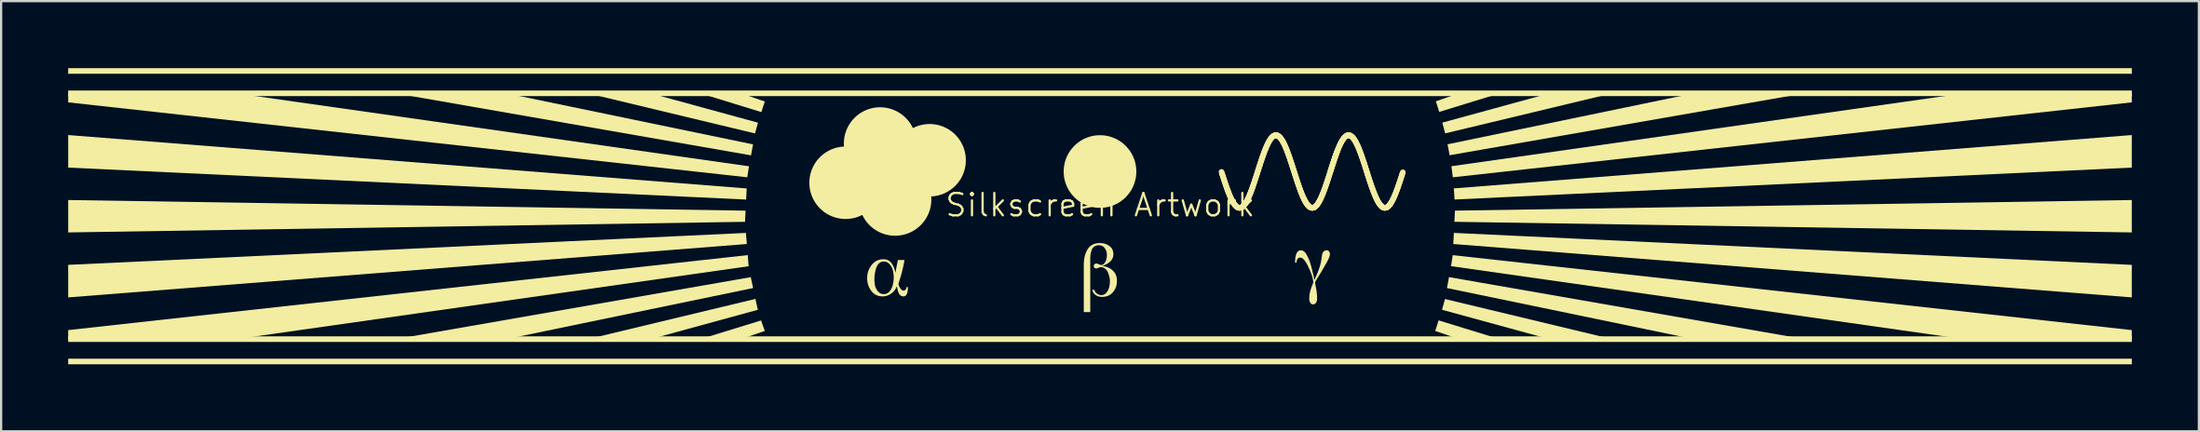
<source format=kicad_pcb>
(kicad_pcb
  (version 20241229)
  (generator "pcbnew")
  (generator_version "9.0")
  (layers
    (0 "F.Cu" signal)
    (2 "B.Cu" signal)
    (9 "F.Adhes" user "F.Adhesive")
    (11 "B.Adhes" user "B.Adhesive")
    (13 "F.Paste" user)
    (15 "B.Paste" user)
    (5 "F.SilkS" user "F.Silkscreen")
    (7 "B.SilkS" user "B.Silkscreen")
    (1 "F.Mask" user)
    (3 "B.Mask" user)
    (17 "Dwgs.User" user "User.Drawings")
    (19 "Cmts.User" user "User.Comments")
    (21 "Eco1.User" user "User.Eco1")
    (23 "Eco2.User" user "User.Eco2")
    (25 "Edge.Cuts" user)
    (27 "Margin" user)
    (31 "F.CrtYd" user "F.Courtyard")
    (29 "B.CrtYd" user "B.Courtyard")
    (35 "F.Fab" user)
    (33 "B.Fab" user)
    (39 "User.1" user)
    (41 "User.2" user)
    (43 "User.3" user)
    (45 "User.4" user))
  (footprint "Silkscreen Artwork"
    (layer "F.Cu")
    (at 46.161 6.626)
    (property "Reference" "Silkscreen Artwork" (at 0 -0.5 0) (unlocked yes) (layer "F.SilkS") (effects (font (size 1 1) (thickness 0.1))))
    (attr smd)
    (fp_line (start 5.424 -1.984) (end 5.446 -1.915) (stroke (width 0.25) (type solid)) (layer "F.SilkS"))
    (fp_line (start 5.446 -1.915) (end 5.467 -1.847) (stroke (width 0.25) (type solid)) (layer "F.SilkS"))
    (fp_line (start 5.467 -1.847) (end 5.489 -1.779) (stroke (width 0.25) (type solid)) (layer "F.SilkS"))
    (fp_line (start 5.489 -1.779) (end 5.511 -1.712) (stroke (width 0.25) (type solid)) (layer "F.SilkS"))
    (fp_line (start 5.511 -1.712) (end 5.533 -1.645) (stroke (width 0.25) (type solid)) (layer "F.SilkS"))
    (fp_line (start 5.533 -1.645) (end 5.554 -1.579) (stroke (width 0.25) (type solid)) (layer "F.SilkS"))
    (fp_line (start 5.554 -1.579) (end 5.576 -1.513) (stroke (width 0.25) (type solid)) (layer "F.SilkS"))
    (fp_line (start 5.576 -1.513) (end 5.598 -1.448) (stroke (width 0.25) (type solid)) (layer "F.SilkS"))
    (fp_line (start 5.598 -1.448) (end 5.62 -1.385) (stroke (width 0.25) (type solid)) (layer "F.SilkS"))
    (fp_line (start 5.62 -1.385) (end 5.641 -1.322) (stroke (width 0.25) (type solid)) (layer "F.SilkS"))
    (fp_line (start 5.641 -1.322) (end 5.663 -1.261) (stroke (width 0.25) (type solid)) (layer "F.SilkS"))
    (fp_line (start 5.663 -1.261) (end 5.685 -1.201) (stroke (width 0.25) (type solid)) (layer "F.SilkS"))
    (fp_line (start 5.685 -1.201) (end 5.707 -1.142) (stroke (width 0.25) (type solid)) (layer "F.SilkS"))
    (fp_line (start 5.707 -1.142) (end 5.728 -1.085) (stroke (width 0.25) (type solid)) (layer "F.SilkS"))
    (fp_line (start 5.728 -1.085) (end 5.75 -1.029) (stroke (width 0.25) (type solid)) (layer "F.SilkS"))
    (fp_line (start 5.75 -1.029) (end 5.772 -0.975) (stroke (width 0.25) (type solid)) (layer "F.SilkS"))
    (fp_line (start 5.772 -0.975) (end 5.794 -0.923) (stroke (width 0.25) (type solid)) (layer "F.SilkS"))
    (fp_line (start 5.794 -0.923) (end 5.815 -0.873) (stroke (width 0.25) (type solid)) (layer "F.SilkS"))
    (fp_line (start 5.815 -0.873) (end 5.837 -0.825) (stroke (width 0.25) (type solid)) (layer "F.SilkS"))
    (fp_line (start 5.837 -0.825) (end 5.859 -0.779) (stroke (width 0.25) (type solid)) (layer "F.SilkS"))
    (fp_line (start 5.859 -0.779) (end 5.88 -0.735) (stroke (width 0.25) (type solid)) (layer "F.SilkS"))
    (fp_line (start 5.88 -0.735) (end 5.902 -0.693) (stroke (width 0.25) (type solid)) (layer "F.SilkS"))
    (fp_line (start 5.902 -0.693) (end 5.924 -0.654) (stroke (width 0.25) (type solid)) (layer "F.SilkS"))
    (fp_line (start 5.924 -0.654) (end 5.946 -0.617) (stroke (width 0.25) (type solid)) (layer "F.SilkS"))
    (fp_line (start 5.946 -0.617) (end 5.967 -0.582) (stroke (width 0.25) (type solid)) (layer "F.SilkS"))
    (fp_line (start 5.967 -0.582) (end 5.989 -0.55) (stroke (width 0.25) (type solid)) (layer "F.SilkS"))
    (fp_line (start 5.989 -0.55) (end 6.011 -0.521) (stroke (width 0.25) (type solid)) (layer "F.SilkS"))
    (fp_line (start 6.011 -0.521) (end 6.033 -0.494) (stroke (width 0.25) (type solid)) (layer "F.SilkS"))
    (fp_line (start 6.033 -0.494) (end 6.054 -0.47) (stroke (width 0.25) (type solid)) (layer "F.SilkS"))
    (fp_line (start 6.054 -0.47) (end 6.076 -0.448) (stroke (width 0.25) (type solid)) (layer "F.SilkS"))
    (fp_line (start 6.076 -0.448) (end 6.098 -0.429) (stroke (width 0.25) (type solid)) (layer "F.SilkS"))
    (fp_line (start 6.098 -0.429) (end 6.12 -0.413) (stroke (width 0.25) (type solid)) (layer "F.SilkS"))
    (fp_line (start 6.12 -0.413) (end 6.141 -0.4) (stroke (width 0.25) (type solid)) (layer "F.SilkS"))
    (fp_line (start 6.141 -0.4) (end 6.163 -0.39) (stroke (width 0.25) (type solid)) (layer "F.SilkS"))
    (fp_line (start 6.163 -0.39) (end 6.185 -0.382) (stroke (width 0.25) (type solid)) (layer "F.SilkS"))
    (fp_line (start 6.185 -0.382) (end 6.207 -0.378) (stroke (width 0.25) (type solid)) (layer "F.SilkS"))
    (fp_line (start 6.207 -0.378) (end 6.228 -0.376) (stroke (width 0.25) (type solid)) (layer "F.SilkS"))
    (fp_line (start 6.228 -0.376) (end 6.25 -0.377) (stroke (width 0.25) (type solid)) (layer "F.SilkS"))
    (fp_line (start 6.25 -0.377) (end 6.272 -0.381) (stroke (width 0.25) (type solid)) (layer "F.SilkS"))
    (fp_line (start 6.272 -0.381) (end 6.294 -0.388) (stroke (width 0.25) (type solid)) (layer "F.SilkS"))
    (fp_line (start 6.294 -0.388) (end 6.315 -0.397) (stroke (width 0.25) (type solid)) (layer "F.SilkS"))
    (fp_line (start 6.315 -0.397) (end 6.337 -0.41) (stroke (width 0.25) (type solid)) (layer "F.SilkS"))
    (fp_line (start 6.337 -0.41) (end 6.359 -0.425) (stroke (width 0.25) (type solid)) (layer "F.SilkS"))
    (fp_line (start 6.359 -0.425) (end 6.381 -0.443) (stroke (width 0.25) (type solid)) (layer "F.SilkS"))
    (fp_line (start 6.381 -0.443) (end 6.402 -0.464) (stroke (width 0.25) (type solid)) (layer "F.SilkS"))
    (fp_line (start 6.402 -0.464) (end 6.424 -0.488) (stroke (width 0.25) (type solid)) (layer "F.SilkS"))
    (fp_line (start 6.424 -0.488) (end 6.446 -0.514) (stroke (width 0.25) (type solid)) (layer "F.SilkS"))
    (fp_line (start 6.446 -0.514) (end 6.468 -0.543) (stroke (width 0.25) (type solid)) (layer "F.SilkS"))
    (fp_line (start 6.468 -0.543) (end 6.489 -0.574) (stroke (width 0.25) (type solid)) (layer "F.SilkS"))
    (fp_line (start 6.489 -0.574) (end 6.511 -0.608) (stroke (width 0.25) (type solid)) (layer "F.SilkS"))
    (fp_line (start 6.511 -0.608) (end 6.533 -0.644) (stroke (width 0.25) (type solid)) (layer "F.SilkS"))
    (fp_line (start 6.533 -0.644) (end 6.555 -0.683) (stroke (width 0.25) (type solid)) (layer "F.SilkS"))
    (fp_line (start 6.555 -0.683) (end 6.576 -0.724) (stroke (width 0.25) (type solid)) (layer "F.SilkS"))
    (fp_line (start 6.576 -0.724) (end 6.598 -0.768) (stroke (width 0.25) (type solid)) (layer "F.SilkS"))
    (fp_line (start 6.598 -0.768) (end 6.62 -0.813) (stroke (width 0.25) (type solid)) (layer "F.SilkS"))
    (fp_line (start 6.62 -0.813) (end 6.641 -0.861) (stroke (width 0.25) (type solid)) (layer "F.SilkS"))
    (fp_line (start 6.641 -0.861) (end 6.663 -0.91) (stroke (width 0.25) (type solid)) (layer "F.SilkS"))
    (fp_line (start 6.663 -0.91) (end 6.685 -0.962) (stroke (width 0.25) (type solid)) (layer "F.SilkS"))
    (fp_line (start 6.685 -0.962) (end 6.707 -1.016) (stroke (width 0.25) (type solid)) (layer "F.SilkS"))
    (fp_line (start 6.707 -1.016) (end 6.728 -1.071) (stroke (width 0.25) (type solid)) (layer "F.SilkS"))
    (fp_line (start 6.728 -1.071) (end 6.75 -1.127) (stroke (width 0.25) (type solid)) (layer "F.SilkS"))
    (fp_line (start 6.75 -1.127) (end 6.772 -1.186) (stroke (width 0.25) (type solid)) (layer "F.SilkS"))
    (fp_line (start 6.772 -1.186) (end 6.794 -1.246) (stroke (width 0.25) (type solid)) (layer "F.SilkS"))
    (fp_line (start 6.794 -1.246) (end 6.815 -1.307) (stroke (width 0.25) (type solid)) (layer "F.SilkS"))
    (fp_line (start 6.815 -1.307) (end 6.837 -1.369) (stroke (width 0.25) (type solid)) (layer "F.SilkS"))
    (fp_line (start 6.837 -1.369) (end 6.859 -1.433) (stroke (width 0.25) (type solid)) (layer "F.SilkS"))
    (fp_line (start 6.859 -1.433) (end 6.881 -1.497) (stroke (width 0.25) (type solid)) (layer "F.SilkS"))
    (fp_line (start 6.881 -1.497) (end 6.902 -1.562) (stroke (width 0.25) (type solid)) (layer "F.SilkS"))
    (fp_line (start 6.902 -1.562) (end 6.924 -1.629) (stroke (width 0.25) (type solid)) (layer "F.SilkS"))
    (fp_line (start 6.924 -1.629) (end 6.946 -1.695) (stroke (width 0.25) (type solid)) (layer "F.SilkS"))
    (fp_line (start 6.946 -1.695) (end 6.968 -1.763) (stroke (width 0.25) (type solid)) (layer "F.SilkS"))
    (fp_line (start 6.968 -1.763) (end 6.989 -1.83) (stroke (width 0.25) (type solid)) (layer "F.SilkS"))
    (fp_line (start 6.989 -1.83) (end 7.011 -1.898) (stroke (width 0.25) (type solid)) (layer "F.SilkS"))
    (fp_line (start 7.011 -1.898) (end 7.033 -1.967) (stroke (width 0.25) (type solid)) (layer "F.SilkS"))
    (fp_line (start 7.033 -1.967) (end 7.055 -2.035) (stroke (width 0.25) (type solid)) (layer "F.SilkS"))
    (fp_line (start 7.055 -2.035) (end 7.076 -2.103) (stroke (width 0.25) (type solid)) (layer "F.SilkS"))
    (fp_line (start 7.076 -2.103) (end 7.098 -2.171) (stroke (width 0.25) (type solid)) (layer "F.SilkS"))
    (fp_line (start 7.098 -2.171) (end 7.12 -2.239) (stroke (width 0.25) (type solid)) (layer "F.SilkS"))
    (fp_line (start 7.12 -2.239) (end 7.142 -2.306) (stroke (width 0.25) (type solid)) (layer "F.SilkS"))
    (fp_line (start 7.142 -2.306) (end 7.163 -2.373) (stroke (width 0.25) (type solid)) (layer "F.SilkS"))
    (fp_line (start 7.163 -2.373) (end 7.185 -2.439) (stroke (width 0.25) (type solid)) (layer "F.SilkS"))
    (fp_line (start 7.185 -2.439) (end 7.207 -2.505) (stroke (width 0.25) (type solid)) (layer "F.SilkS"))
    (fp_line (start 7.207 -2.505) (end 7.229 -2.569) (stroke (width 0.25) (type solid)) (layer "F.SilkS"))
    (fp_line (start 7.229 -2.569) (end 7.25 -2.633) (stroke (width 0.25) (type solid)) (layer "F.SilkS"))
    (fp_line (start 7.25 -2.633) (end 7.272 -2.695) (stroke (width 0.25) (type solid)) (layer "F.SilkS"))
    (fp_line (start 7.272 -2.695) (end 7.294 -2.756) (stroke (width 0.25) (type solid)) (layer "F.SilkS"))
    (fp_line (start 7.294 -2.756) (end 7.315 -2.816) (stroke (width 0.25) (type solid)) (layer "F.SilkS"))
    (fp_line (start 7.315 -2.816) (end 7.337 -2.874) (stroke (width 0.25) (type solid)) (layer "F.SilkS"))
    (fp_line (start 7.337 -2.874) (end 7.359 -2.931) (stroke (width 0.25) (type solid)) (layer "F.SilkS"))
    (fp_line (start 7.359 -2.931) (end 7.381 -2.986) (stroke (width 0.25) (type solid)) (layer "F.SilkS"))
    (fp_line (start 7.381 -2.986) (end 7.402 -3.04) (stroke (width 0.25) (type solid)) (layer "F.SilkS"))
    (fp_line (start 7.402 -3.04) (end 7.424 -3.091) (stroke (width 0.25) (type solid)) (layer "F.SilkS"))
    (fp_line (start 7.424 -3.091) (end 7.446 -3.141) (stroke (width 0.25) (type solid)) (layer "F.SilkS"))
    (fp_line (start 7.446 -3.141) (end 7.468 -3.188) (stroke (width 0.25) (type solid)) (layer "F.SilkS"))
    (fp_line (start 7.468 -3.188) (end 7.489 -3.234) (stroke (width 0.25) (type solid)) (layer "F.SilkS"))
    (fp_line (start 7.489 -3.234) (end 7.511 -3.277) (stroke (width 0.25) (type solid)) (layer "F.SilkS"))
    (fp_line (start 7.511 -3.277) (end 7.533 -3.318) (stroke (width 0.25) (type solid)) (layer "F.SilkS"))
    (fp_line (start 7.533 -3.318) (end 7.555 -3.357) (stroke (width 0.25) (type solid)) (layer "F.SilkS"))
    (fp_line (start 7.555 -3.357) (end 7.576 -3.394) (stroke (width 0.25) (type solid)) (layer "F.SilkS"))
    (fp_line (start 7.576 -3.394) (end 7.598 -3.428) (stroke (width 0.25) (type solid)) (layer "F.SilkS"))
    (fp_line (start 7.598 -3.428) (end 7.62 -3.459) (stroke (width 0.25) (type solid)) (layer "F.SilkS"))
    (fp_line (start 7.62 -3.459) (end 7.642 -3.488) (stroke (width 0.25) (type solid)) (layer "F.SilkS"))
    (fp_line (start 7.642 -3.488) (end 7.663 -3.514) (stroke (width 0.25) (type solid)) (layer "F.SilkS"))
    (fp_line (start 7.663 -3.514) (end 7.685 -3.538) (stroke (width 0.25) (type solid)) (layer "F.SilkS"))
    (fp_line (start 7.685 -3.538) (end 7.707 -3.558) (stroke (width 0.25) (type solid)) (layer "F.SilkS"))
    (fp_line (start 7.707 -3.558) (end 7.729 -3.577) (stroke (width 0.25) (type solid)) (layer "F.SilkS"))
    (fp_line (start 7.729 -3.577) (end 7.75 -3.592) (stroke (width 0.25) (type solid)) (layer "F.SilkS"))
    (fp_line (start 7.75 -3.592) (end 7.772 -3.604) (stroke (width 0.25) (type solid)) (layer "F.SilkS"))
    (fp_line (start 7.772 -3.604) (end 7.794 -3.614) (stroke (width 0.25) (type solid)) (layer "F.SilkS"))
    (fp_line (start 7.794 -3.614) (end 7.816 -3.621) (stroke (width 0.25) (type solid)) (layer "F.SilkS"))
    (fp_line (start 7.816 -3.621) (end 7.837 -3.625) (stroke (width 0.25) (type solid)) (layer "F.SilkS"))
    (fp_line (start 7.837 -3.625) (end 7.859 -3.626) (stroke (width 0.25) (type solid)) (layer "F.SilkS"))
    (fp_line (start 7.859 -3.626) (end 7.881 -3.624) (stroke (width 0.25) (type solid)) (layer "F.SilkS"))
    (fp_line (start 7.881 -3.624) (end 7.903 -3.619) (stroke (width 0.25) (type solid)) (layer "F.SilkS"))
    (fp_line (start 7.903 -3.619) (end 7.924 -3.612) (stroke (width 0.25) (type solid)) (layer "F.SilkS"))
    (fp_line (start 7.924 -3.612) (end 7.946 -3.602) (stroke (width 0.25) (type solid)) (layer "F.SilkS"))
    (fp_line (start 7.946 -3.602) (end 7.968 -3.588) (stroke (width 0.25) (type solid)) (layer "F.SilkS"))
    (fp_line (start 7.968 -3.588) (end 7.989 -3.572) (stroke (width 0.25) (type solid)) (layer "F.SilkS"))
    (fp_line (start 7.989 -3.572) (end 8.011 -3.554) (stroke (width 0.25) (type solid)) (layer "F.SilkS"))
    (fp_line (start 8.011 -3.554) (end 8.033 -3.532) (stroke (width 0.25) (type solid)) (layer "F.SilkS"))
    (fp_line (start 8.033 -3.532) (end 8.055 -3.508) (stroke (width 0.25) (type solid)) (layer "F.SilkS"))
    (fp_line (start 8.055 -3.508) (end 8.076 -3.481) (stroke (width 0.25) (type solid)) (layer "F.SilkS"))
    (fp_line (start 8.076 -3.481) (end 8.098 -3.451) (stroke (width 0.25) (type solid)) (layer "F.SilkS"))
    (fp_line (start 8.098 -3.451) (end 8.12 -3.419) (stroke (width 0.25) (type solid)) (layer "F.SilkS"))
    (fp_line (start 8.12 -3.419) (end 8.142 -3.385) (stroke (width 0.25) (type solid)) (layer "F.SilkS"))
    (fp_line (start 8.142 -3.385) (end 8.163 -3.348) (stroke (width 0.25) (type solid)) (layer "F.SilkS"))
    (fp_line (start 8.163 -3.348) (end 8.185 -3.308) (stroke (width 0.25) (type solid)) (layer "F.SilkS"))
    (fp_line (start 8.185 -3.308) (end 8.207 -3.267) (stroke (width 0.25) (type solid)) (layer "F.SilkS"))
    (fp_line (start 8.207 -3.267) (end 8.229 -3.223) (stroke (width 0.25) (type solid)) (layer "F.SilkS"))
    (fp_line (start 8.229 -3.223) (end 8.25 -3.177) (stroke (width 0.25) (type solid)) (layer "F.SilkS"))
    (fp_line (start 8.25 -3.177) (end 8.272 -3.129) (stroke (width 0.25) (type solid)) (layer "F.SilkS"))
    (fp_line (start 8.272 -3.129) (end 8.294 -3.078) (stroke (width 0.25) (type solid)) (layer "F.SilkS"))
    (fp_line (start 8.294 -3.078) (end 8.316 -3.026) (stroke (width 0.25) (type solid)) (layer "F.SilkS"))
    (fp_line (start 8.316 -3.026) (end 8.337 -2.973) (stroke (width 0.25) (type solid)) (layer "F.SilkS"))
    (fp_line (start 8.337 -2.973) (end 8.359 -2.917) (stroke (width 0.25) (type solid)) (layer "F.SilkS"))
    (fp_line (start 8.359 -2.917) (end 8.381 -2.86) (stroke (width 0.25) (type solid)) (layer "F.SilkS"))
    (fp_line (start 8.381 -2.86) (end 8.403 -2.801) (stroke (width 0.25) (type solid)) (layer "F.SilkS"))
    (fp_line (start 8.403 -2.801) (end 8.424 -2.741) (stroke (width 0.25) (type solid)) (layer "F.SilkS"))
    (fp_line (start 8.424 -2.741) (end 8.446 -2.679) (stroke (width 0.25) (type solid)) (layer "F.SilkS"))
    (fp_line (start 8.446 -2.679) (end 8.468 -2.617) (stroke (width 0.25) (type solid)) (layer "F.SilkS"))
    (fp_line (start 8.468 -2.617) (end 8.49 -2.553) (stroke (width 0.25) (type solid)) (layer "F.SilkS"))
    (fp_line (start 8.49 -2.553) (end 8.511 -2.488) (stroke (width 0.25) (type solid)) (layer "F.SilkS"))
    (fp_line (start 8.511 -2.488) (end 8.533 -2.423) (stroke (width 0.25) (type solid)) (layer "F.SilkS"))
    (fp_line (start 8.533 -2.423) (end 8.555 -2.357) (stroke (width 0.25) (type solid)) (layer "F.SilkS"))
    (fp_line (start 8.555 -2.357) (end 8.577 -2.29) (stroke (width 0.25) (type solid)) (layer "F.SilkS"))
    (fp_line (start 8.577 -2.29) (end 8.598 -2.222) (stroke (width 0.25) (type solid)) (layer "F.SilkS"))
    (fp_line (start 8.598 -2.222) (end 8.62 -2.154) (stroke (width 0.25) (type solid)) (layer "F.SilkS"))
    (fp_line (start 8.62 -2.154) (end 8.642 -2.086) (stroke (width 0.25) (type solid)) (layer "F.SilkS"))
    (fp_line (start 8.642 -2.086) (end 8.663 -2.018) (stroke (width 0.25) (type solid)) (layer "F.SilkS"))
    (fp_line (start 8.663 -2.018) (end 8.685 -1.95) (stroke (width 0.25) (type solid)) (layer "F.SilkS"))
    (fp_line (start 8.685 -1.95) (end 8.707 -1.881) (stroke (width 0.25) (type solid)) (layer "F.SilkS"))
    (fp_line (start 8.707 -1.881) (end 8.729 -1.814) (stroke (width 0.25) (type solid)) (layer "F.SilkS"))
    (fp_line (start 8.729 -1.814) (end 8.75 -1.746) (stroke (width 0.25) (type solid)) (layer "F.SilkS"))
    (fp_line (start 8.75 -1.746) (end 8.772 -1.679) (stroke (width 0.25) (type solid)) (layer "F.SilkS"))
    (fp_line (start 8.772 -1.679) (end 8.794 -1.612) (stroke (width 0.25) (type solid)) (layer "F.SilkS"))
    (fp_line (start 8.794 -1.612) (end 8.816 -1.546) (stroke (width 0.25) (type solid)) (layer "F.SilkS"))
    (fp_line (start 8.816 -1.546) (end 8.837 -1.481) (stroke (width 0.25) (type solid)) (layer "F.SilkS"))
    (fp_line (start 8.837 -1.481) (end 8.859 -1.417) (stroke (width 0.25) (type solid)) (layer "F.SilkS"))
    (fp_line (start 8.859 -1.417) (end 8.881 -1.353) (stroke (width 0.25) (type solid)) (layer "F.SilkS"))
    (fp_line (start 8.881 -1.353) (end 8.903 -1.291) (stroke (width 0.25) (type solid)) (layer "F.SilkS"))
    (fp_line (start 8.903 -1.291) (end 8.924 -1.231) (stroke (width 0.25) (type solid)) (layer "F.SilkS"))
    (fp_line (start 8.924 -1.231) (end 8.946 -1.171) (stroke (width 0.25) (type solid)) (layer "F.SilkS"))
    (fp_line (start 8.946 -1.171) (end 8.968 -1.113) (stroke (width 0.25) (type solid)) (layer "F.SilkS"))
    (fp_line (start 8.968 -1.113) (end 8.99 -1.057) (stroke (width 0.25) (type solid)) (layer "F.SilkS"))
    (fp_line (start 8.99 -1.057) (end 9.011 -1.002) (stroke (width 0.25) (type solid)) (layer "F.SilkS"))
    (fp_line (start 9.011 -1.002) (end 9.033 -0.949) (stroke (width 0.25) (type solid)) (layer "F.SilkS"))
    (fp_line (start 9.033 -0.949) (end 9.055 -0.898) (stroke (width 0.25) (type solid)) (layer "F.SilkS"))
    (fp_line (start 9.055 -0.898) (end 9.077 -0.849) (stroke (width 0.25) (type solid)) (layer "F.SilkS"))
    (fp_line (start 9.077 -0.849) (end 9.098 -0.802) (stroke (width 0.25) (type solid)) (layer "F.SilkS"))
    (fp_line (start 9.098 -0.802) (end 9.12 -0.757) (stroke (width 0.25) (type solid)) (layer "F.SilkS"))
    (fp_line (start 9.12 -0.757) (end 9.142 -0.714) (stroke (width 0.25) (type solid)) (layer "F.SilkS"))
    (fp_line (start 9.142 -0.714) (end 9.164 -0.673) (stroke (width 0.25) (type solid)) (layer "F.SilkS"))
    (fp_line (start 9.164 -0.673) (end 9.185 -0.635) (stroke (width 0.25) (type solid)) (layer "F.SilkS"))
    (fp_line (start 9.185 -0.635) (end 9.207 -0.599) (stroke (width 0.25) (type solid)) (layer "F.SilkS"))
    (fp_line (start 9.207 -0.599) (end 9.229 -0.566) (stroke (width 0.25) (type solid)) (layer "F.SilkS"))
    (fp_line (start 9.229 -0.566) (end 9.251 -0.535) (stroke (width 0.25) (type solid)) (layer "F.SilkS"))
    (fp_line (start 9.251 -0.535) (end 9.272 -0.507) (stroke (width 0.25) (type solid)) (layer "F.SilkS"))
    (fp_line (start 9.272 -0.507) (end 9.294 -0.482) (stroke (width 0.25) (type solid)) (layer "F.SilkS"))
    (fp_line (start 9.294 -0.482) (end 9.316 -0.459) (stroke (width 0.25) (type solid)) (layer "F.SilkS"))
    (fp_line (start 9.316 -0.459) (end 9.337 -0.438) (stroke (width 0.25) (type solid)) (layer "F.SilkS"))
    (fp_line (start 9.337 -0.438) (end 9.359 -0.421) (stroke (width 0.25) (type solid)) (layer "F.SilkS"))
    (fp_line (start 9.359 -0.421) (end 9.381 -0.407) (stroke (width 0.25) (type solid)) (layer "F.SilkS"))
    (fp_line (start 9.381 -0.407) (end 9.403 -0.395) (stroke (width 0.25) (type solid)) (layer "F.SilkS"))
    (fp_line (start 9.403 -0.395) (end 9.424 -0.386) (stroke (width 0.25) (type solid)) (layer "F.SilkS"))
    (fp_line (start 9.424 -0.386) (end 9.446 -0.38) (stroke (width 0.25) (type solid)) (layer "F.SilkS"))
    (fp_line (start 9.446 -0.38) (end 9.468 -0.376) (stroke (width 0.25) (type solid)) (layer "F.SilkS"))
    (fp_line (start 9.468 -0.376) (end 9.49 -0.376) (stroke (width 0.25) (type solid)) (layer "F.SilkS"))
    (fp_line (start 9.49 -0.376) (end 9.511 -0.379) (stroke (width 0.25) (type solid)) (layer "F.SilkS"))
    (fp_line (start 9.511 -0.379) (end 9.533 -0.384) (stroke (width 0.25) (type solid)) (layer "F.SilkS"))
    (fp_line (start 9.533 -0.384) (end 9.555 -0.392) (stroke (width 0.25) (type solid)) (layer "F.SilkS"))
    (fp_line (start 9.555 -0.392) (end 9.577 -0.403) (stroke (width 0.25) (type solid)) (layer "F.SilkS"))
    (fp_line (start 9.577 -0.403) (end 9.598 -0.417) (stroke (width 0.25) (type solid)) (layer "F.SilkS"))
    (fp_line (start 9.598 -0.417) (end 9.62 -0.434) (stroke (width 0.25) (type solid)) (layer "F.SilkS"))
    (fp_line (start 9.62 -0.434) (end 9.642 -0.453) (stroke (width 0.25) (type solid)) (layer "F.SilkS"))
    (fp_line (start 9.642 -0.453) (end 9.664 -0.476) (stroke (width 0.25) (type solid)) (layer "F.SilkS"))
    (fp_line (start 9.664 -0.476) (end 9.685 -0.5) (stroke (width 0.25) (type solid)) (layer "F.SilkS"))
    (fp_line (start 9.685 -0.5) (end 9.707 -0.528) (stroke (width 0.25) (type solid)) (layer "F.SilkS"))
    (fp_line (start 9.707 -0.528) (end 9.729 -0.558) (stroke (width 0.25) (type solid)) (layer "F.SilkS"))
    (fp_line (start 9.729 -0.558) (end 9.751 -0.591) (stroke (width 0.25) (type solid)) (layer "F.SilkS"))
    (fp_line (start 9.751 -0.591) (end 9.772 -0.626) (stroke (width 0.25) (type solid)) (layer "F.SilkS"))
    (fp_line (start 9.772 -0.626) (end 9.794 -0.664) (stroke (width 0.25) (type solid)) (layer "F.SilkS"))
    (fp_line (start 9.794 -0.664) (end 9.816 -0.704) (stroke (width 0.25) (type solid)) (layer "F.SilkS"))
    (fp_line (start 9.816 -0.704) (end 9.838 -0.746) (stroke (width 0.25) (type solid)) (layer "F.SilkS"))
    (fp_line (start 9.838 -0.746) (end 9.859 -0.79) (stroke (width 0.25) (type solid)) (layer "F.SilkS"))
    (fp_line (start 9.859 -0.79) (end 9.881 -0.837) (stroke (width 0.25) (type solid)) (layer "F.SilkS"))
    (fp_line (start 9.881 -0.837) (end 9.903 -0.886) (stroke (width 0.25) (type solid)) (layer "F.SilkS"))
    (fp_line (start 9.903 -0.886) (end 9.925 -0.936) (stroke (width 0.25) (type solid)) (layer "F.SilkS"))
    (fp_line (start 9.925 -0.936) (end 9.946 -0.989) (stroke (width 0.25) (type solid)) (layer "F.SilkS"))
    (fp_line (start 9.946 -0.989) (end 9.968 -1.043) (stroke (width 0.25) (type solid)) (layer "F.SilkS"))
    (fp_line (start 9.968 -1.043) (end 9.99 -1.099) (stroke (width 0.25) (type solid)) (layer "F.SilkS"))
    (fp_line (start 9.99 -1.099) (end 10.012 -1.157) (stroke (width 0.25) (type solid)) (layer "F.SilkS"))
    (fp_line (start 10.012 -1.157) (end 10.033 -1.216) (stroke (width 0.25) (type solid)) (layer "F.SilkS"))
    (fp_line (start 10.033 -1.216) (end 10.055 -1.276) (stroke (width 0.25) (type solid)) (layer "F.SilkS"))
    (fp_line (start 10.055 -1.276) (end 10.077 -1.338) (stroke (width 0.25) (type solid)) (layer "F.SilkS"))
    (fp_line (start 10.077 -1.338) (end 10.098 -1.401) (stroke (width 0.25) (type solid)) (layer "F.SilkS"))
    (fp_line (start 10.098 -1.401) (end 10.12 -1.465) (stroke (width 0.25) (type solid)) (layer "F.SilkS"))
    (fp_line (start 10.12 -1.465) (end 10.142 -1.53) (stroke (width 0.25) (type solid)) (layer "F.SilkS"))
    (fp_line (start 10.142 -1.53) (end 10.164 -1.595) (stroke (width 0.25) (type solid)) (layer "F.SilkS"))
    (fp_line (start 10.164 -1.595) (end 10.185 -1.662) (stroke (width 0.25) (type solid)) (layer "F.SilkS"))
    (fp_line (start 10.185 -1.662) (end 10.207 -1.729) (stroke (width 0.25) (type solid)) (layer "F.SilkS"))
    (fp_line (start 10.207 -1.729) (end 10.229 -1.797) (stroke (width 0.25) (type solid)) (layer "F.SilkS"))
    (fp_line (start 10.229 -1.797) (end 10.251 -1.865) (stroke (width 0.25) (type solid)) (layer "F.SilkS"))
    (fp_line (start 10.251 -1.865) (end 10.272 -1.933) (stroke (width 0.25) (type solid)) (layer "F.SilkS"))
    (fp_line (start 10.272 -1.933) (end 10.293 -2.001) (stroke (width 0.25) (type solid)) (layer "F.SilkS"))
    (fp_line (start 10.293 -2.001) (end 10.304 -2.035) (stroke (width 0.25) (type solid)) (layer "F.SilkS"))
    (fp_line (start 10.304 -2.035) (end 10.315 -2.069) (stroke (width 0.25) (type solid)) (layer "F.SilkS"))
    (fp_line (start 10.315 -2.069) (end 10.326 -2.103) (stroke (width 0.25) (type solid)) (layer "F.SilkS"))
    (fp_line (start 10.326 -2.103) (end 10.337 -2.137) (stroke (width 0.25) (type solid)) (layer "F.SilkS"))
    (fp_line (start 10.337 -2.137) (end 10.348 -2.171) (stroke (width 0.25) (type solid)) (layer "F.SilkS"))
    (fp_line (start 10.348 -2.171) (end 10.359 -2.205) (stroke (width 0.25) (type solid)) (layer "F.SilkS"))
    (fp_line (start 10.359 -2.205) (end 10.37 -2.239) (stroke (width 0.25) (type solid)) (layer "F.SilkS"))
    (fp_line (start 10.37 -2.239) (end 10.38 -2.273) (stroke (width 0.25) (type solid)) (layer "F.SilkS"))
    (fp_line (start 10.38 -2.273) (end 10.391 -2.306) (stroke (width 0.25) (type solid)) (layer "F.SilkS"))
    (fp_line (start 10.391 -2.306) (end 10.402 -2.34) (stroke (width 0.25) (type solid)) (layer "F.SilkS"))
    (fp_line (start 10.402 -2.34) (end 10.413 -2.373) (stroke (width 0.25) (type solid)) (layer "F.SilkS"))
    (fp_line (start 10.413 -2.373) (end 10.424 -2.406) (stroke (width 0.25) (type solid)) (layer "F.SilkS"))
    (fp_line (start 10.424 -2.406) (end 10.435 -2.439) (stroke (width 0.25) (type solid)) (layer "F.SilkS"))
    (fp_line (start 10.435 -2.439) (end 10.446 -2.472) (stroke (width 0.25) (type solid)) (layer "F.SilkS"))
    (fp_line (start 10.446 -2.472) (end 10.456 -2.504) (stroke (width 0.25) (type solid)) (layer "F.SilkS"))
    (fp_line (start 10.456 -2.504) (end 10.467 -2.537) (stroke (width 0.25) (type solid)) (layer "F.SilkS"))
    (fp_line (start 10.467 -2.537) (end 10.478 -2.569) (stroke (width 0.25) (type solid)) (layer "F.SilkS"))
    (fp_line (start 10.478 -2.569) (end 10.489 -2.601) (stroke (width 0.25) (type solid)) (layer "F.SilkS"))
    (fp_line (start 10.489 -2.601) (end 10.5 -2.632) (stroke (width 0.25) (type solid)) (layer "F.SilkS"))
    (fp_line (start 10.5 -2.632) (end 10.511 -2.664) (stroke (width 0.25) (type solid)) (layer "F.SilkS"))
    (fp_line (start 10.511 -2.664) (end 10.522 -2.694) (stroke (width 0.25) (type solid)) (layer "F.SilkS"))
    (fp_line (start 10.522 -2.694) (end 10.533 -2.726) (stroke (width 0.25) (type solid)) (layer "F.SilkS"))
    (fp_line (start 10.533 -2.726) (end 10.543 -2.756) (stroke (width 0.25) (type solid)) (layer "F.SilkS"))
    (fp_line (start 10.543 -2.756) (end 10.554 -2.786) (stroke (width 0.25) (type solid)) (layer "F.SilkS"))
    (fp_line (start 10.554 -2.786) (end 10.565 -2.815) (stroke (width 0.25) (type solid)) (layer "F.SilkS"))
    (fp_line (start 10.565 -2.815) (end 10.576 -2.845) (stroke (width 0.25) (type solid)) (layer "F.SilkS"))
    (fp_line (start 10.576 -2.845) (end 10.587 -2.874) (stroke (width 0.25) (type solid)) (layer "F.SilkS"))
    (fp_line (start 10.587 -2.874) (end 10.598 -2.903) (stroke (width 0.25) (type solid)) (layer "F.SilkS"))
    (fp_line (start 10.598 -2.903) (end 10.62 -2.959) (stroke (width 0.25) (type solid)) (layer "F.SilkS"))
    (fp_line (start 10.62 -2.959) (end 10.641 -3.013) (stroke (width 0.25) (type solid)) (layer "F.SilkS"))
    (fp_line (start 10.641 -3.013) (end 10.663 -3.066) (stroke (width 0.25) (type solid)) (layer "F.SilkS"))
    (fp_line (start 10.663 -3.066) (end 10.685 -3.116) (stroke (width 0.25) (type solid)) (layer "F.SilkS"))
    (fp_line (start 10.685 -3.116) (end 10.706 -3.165) (stroke (width 0.25) (type solid)) (layer "F.SilkS"))
    (fp_line (start 10.706 -3.165) (end 10.728 -3.212) (stroke (width 0.25) (type solid)) (layer "F.SilkS"))
    (fp_line (start 10.728 -3.212) (end 10.75 -3.256) (stroke (width 0.25) (type solid)) (layer "F.SilkS"))
    (fp_line (start 10.75 -3.256) (end 10.772 -3.298) (stroke (width 0.25) (type solid)) (layer "F.SilkS"))
    (fp_line (start 10.772 -3.298) (end 10.793 -3.338) (stroke (width 0.25) (type solid)) (layer "F.SilkS"))
    (fp_line (start 10.793 -3.338) (end 10.815 -3.376) (stroke (width 0.25) (type solid)) (layer "F.SilkS"))
    (fp_line (start 10.815 -3.376) (end 10.837 -3.411) (stroke (width 0.25) (type solid)) (layer "F.SilkS"))
    (fp_line (start 10.837 -3.411) (end 10.859 -3.444) (stroke (width 0.25) (type solid)) (layer "F.SilkS"))
    (fp_line (start 10.859 -3.444) (end 10.88 -3.474) (stroke (width 0.25) (type solid)) (layer "F.SilkS"))
    (fp_line (start 10.88 -3.474) (end 10.902 -3.501) (stroke (width 0.25) (type solid)) (layer "F.SilkS"))
    (fp_line (start 10.902 -3.501) (end 10.924 -3.526) (stroke (width 0.25) (type solid)) (layer "F.SilkS"))
    (fp_line (start 10.924 -3.526) (end 10.946 -3.548) (stroke (width 0.25) (type solid)) (layer "F.SilkS"))
    (fp_line (start 10.946 -3.548) (end 10.967 -3.568) (stroke (width 0.25) (type solid)) (layer "F.SilkS"))
    (fp_line (start 10.967 -3.568) (end 10.989 -3.585) (stroke (width 0.25) (type solid)) (layer "F.SilkS"))
    (fp_line (start 10.989 -3.585) (end 11.011 -3.599) (stroke (width 0.25) (type solid)) (layer "F.SilkS"))
    (fp_line (start 11.011 -3.599) (end 11.033 -3.61) (stroke (width 0.25) (type solid)) (layer "F.SilkS"))
    (fp_line (start 11.033 -3.61) (end 11.054 -3.618) (stroke (width 0.25) (type solid)) (layer "F.SilkS"))
    (fp_line (start 11.054 -3.618) (end 11.076 -3.623) (stroke (width 0.25) (type solid)) (layer "F.SilkS"))
    (fp_line (start 11.076 -3.623) (end 11.098 -3.626) (stroke (width 0.25) (type solid)) (layer "F.SilkS"))
    (fp_line (start 11.098 -3.626) (end 11.12 -3.625) (stroke (width 0.25) (type solid)) (layer "F.SilkS"))
    (fp_line (start 11.12 -3.625) (end 11.141 -3.622) (stroke (width 0.25) (type solid)) (layer "F.SilkS"))
    (fp_line (start 11.141 -3.622) (end 11.163 -3.616) (stroke (width 0.25) (type solid)) (layer "F.SilkS"))
    (fp_line (start 11.163 -3.616) (end 11.185 -3.607) (stroke (width 0.25) (type solid)) (layer "F.SilkS"))
    (fp_line (start 11.185 -3.607) (end 11.207 -3.595) (stroke (width 0.25) (type solid)) (layer "F.SilkS"))
    (fp_line (start 11.207 -3.595) (end 11.228 -3.581) (stroke (width 0.25) (type solid)) (layer "F.SilkS"))
    (fp_line (start 11.228 -3.581) (end 11.25 -3.563) (stroke (width 0.25) (type solid)) (layer "F.SilkS"))
    (fp_line (start 11.25 -3.563) (end 11.272 -3.543) (stroke (width 0.25) (type solid)) (layer "F.SilkS"))
    (fp_line (start 11.272 -3.543) (end 11.293 -3.52) (stroke (width 0.25) (type solid)) (layer "F.SilkS"))
    (fp_line (start 11.293 -3.52) (end 11.315 -3.495) (stroke (width 0.25) (type solid)) (layer "F.SilkS"))
    (fp_line (start 11.315 -3.495) (end 11.337 -3.467) (stroke (width 0.25) (type solid)) (layer "F.SilkS"))
    (fp_line (start 11.337 -3.467) (end 11.359 -3.436) (stroke (width 0.25) (type solid)) (layer "F.SilkS"))
    (fp_line (start 11.359 -3.436) (end 11.38 -3.403) (stroke (width 0.25) (type solid)) (layer "F.SilkS"))
    (fp_line (start 11.38 -3.403) (end 11.402 -3.367) (stroke (width 0.25) (type solid)) (layer "F.SilkS"))
    (fp_line (start 11.402 -3.367) (end 11.424 -3.329) (stroke (width 0.25) (type solid)) (layer "F.SilkS"))
    (fp_line (start 11.424 -3.329) (end 11.446 -3.288) (stroke (width 0.25) (type solid)) (layer "F.SilkS"))
    (fp_line (start 11.446 -3.288) (end 11.467 -3.245) (stroke (width 0.25) (type solid)) (layer "F.SilkS"))
    (fp_line (start 11.467 -3.245) (end 11.489 -3.2) (stroke (width 0.25) (type solid)) (layer "F.SilkS"))
    (fp_line (start 11.489 -3.2) (end 11.511 -3.153) (stroke (width 0.25) (type solid)) (layer "F.SilkS"))
    (fp_line (start 11.511 -3.153) (end 11.533 -3.104) (stroke (width 0.25) (type solid)) (layer "F.SilkS"))
    (fp_line (start 11.533 -3.104) (end 11.554 -3.053) (stroke (width 0.25) (type solid)) (layer "F.SilkS"))
    (fp_line (start 11.554 -3.053) (end 11.576 -3) (stroke (width 0.25) (type solid)) (layer "F.SilkS"))
    (fp_line (start 11.576 -3) (end 11.598 -2.945) (stroke (width 0.25) (type solid)) (layer "F.SilkS"))
    (fp_line (start 11.598 -2.945) (end 11.62 -2.889) (stroke (width 0.25) (type solid)) (layer "F.SilkS"))
    (fp_line (start 11.62 -2.889) (end 11.641 -2.831) (stroke (width 0.25) (type solid)) (layer "F.SilkS"))
    (fp_line (start 11.641 -2.831) (end 11.663 -2.771) (stroke (width 0.25) (type solid)) (layer "F.SilkS"))
    (fp_line (start 11.663 -2.771) (end 11.685 -2.71) (stroke (width 0.25) (type solid)) (layer "F.SilkS"))
    (fp_line (start 11.685 -2.71) (end 11.707 -2.648) (stroke (width 0.25) (type solid)) (layer "F.SilkS"))
    (fp_line (start 11.707 -2.648) (end 11.728 -2.585) (stroke (width 0.25) (type solid)) (layer "F.SilkS"))
    (fp_line (start 11.728 -2.585) (end 11.75 -2.521) (stroke (width 0.25) (type solid)) (layer "F.SilkS"))
    (fp_line (start 11.75 -2.521) (end 11.772 -2.456) (stroke (width 0.25) (type solid)) (layer "F.SilkS"))
    (fp_line (start 11.772 -2.456) (end 11.794 -2.39) (stroke (width 0.25) (type solid)) (layer "F.SilkS"))
    (fp_line (start 11.794 -2.39) (end 11.815 -2.323) (stroke (width 0.25) (type solid)) (layer "F.SilkS"))
    (fp_line (start 11.815 -2.323) (end 11.837 -2.256) (stroke (width 0.25) (type solid)) (layer "F.SilkS"))
    (fp_line (start 11.837 -2.256) (end 11.859 -2.188) (stroke (width 0.25) (type solid)) (layer "F.SilkS"))
    (fp_line (start 11.859 -2.188) (end 11.881 -2.12) (stroke (width 0.25) (type solid)) (layer "F.SilkS"))
    (fp_line (start 11.881 -2.12) (end 11.902 -2.052) (stroke (width 0.25) (type solid)) (layer "F.SilkS"))
    (fp_line (start 11.902 -2.052) (end 11.924 -1.984) (stroke (width 0.25) (type solid)) (layer "F.SilkS"))
    (fp_line (start 11.924 -1.984) (end 11.946 -1.916) (stroke (width 0.25) (type solid)) (layer "F.SilkS"))
    (fp_line (start 11.946 -1.916) (end 11.967 -1.848) (stroke (width 0.25) (type solid)) (layer "F.SilkS"))
    (fp_line (start 11.967 -1.848) (end 11.989 -1.78) (stroke (width 0.25) (type solid)) (layer "F.SilkS"))
    (fp_line (start 11.989 -1.78) (end 12.011 -1.712) (stroke (width 0.25) (type solid)) (layer "F.SilkS"))
    (fp_line (start 12.011 -1.712) (end 12.033 -1.645) (stroke (width 0.25) (type solid)) (layer "F.SilkS"))
    (fp_line (start 12.033 -1.645) (end 12.054 -1.579) (stroke (width 0.25) (type solid)) (layer "F.SilkS"))
    (fp_line (start 12.054 -1.579) (end 12.076 -1.513) (stroke (width 0.25) (type solid)) (layer "F.SilkS"))
    (fp_line (start 12.076 -1.513) (end 12.098 -1.449) (stroke (width 0.25) (type solid)) (layer "F.SilkS"))
    (fp_line (start 12.098 -1.449) (end 12.12 -1.385) (stroke (width 0.25) (type solid)) (layer "F.SilkS"))
    (fp_line (start 12.12 -1.385) (end 12.141 -1.322) (stroke (width 0.25) (type solid)) (layer "F.SilkS"))
    (fp_line (start 12.141 -1.322) (end 12.163 -1.261) (stroke (width 0.25) (type solid)) (layer "F.SilkS"))
    (fp_line (start 12.163 -1.261) (end 12.185 -1.201) (stroke (width 0.25) (type solid)) (layer "F.SilkS"))
    (fp_line (start 12.185 -1.201) (end 12.207 -1.142) (stroke (width 0.25) (type solid)) (layer "F.SilkS"))
    (fp_line (start 12.207 -1.142) (end 12.228 -1.085) (stroke (width 0.25) (type solid)) (layer "F.SilkS"))
    (fp_line (start 12.228 -1.085) (end 12.25 -1.029) (stroke (width 0.25) (type solid)) (layer "F.SilkS"))
    (fp_line (start 12.25 -1.029) (end 12.272 -0.975) (stroke (width 0.25) (type solid)) (layer "F.SilkS"))
    (fp_line (start 12.272 -0.975) (end 12.294 -0.923) (stroke (width 0.25) (type solid)) (layer "F.SilkS"))
    (fp_line (start 12.294 -0.923) (end 12.315 -0.873) (stroke (width 0.25) (type solid)) (layer "F.SilkS"))
    (fp_line (start 12.315 -0.873) (end 12.337 -0.825) (stroke (width 0.25) (type solid)) (layer "F.SilkS"))
    (fp_line (start 12.337 -0.825) (end 12.359 -0.779) (stroke (width 0.25) (type solid)) (layer "F.SilkS"))
    (fp_line (start 12.359 -0.779) (end 12.381 -0.735) (stroke (width 0.25) (type solid)) (layer "F.SilkS"))
    (fp_line (start 12.381 -0.735) (end 12.402 -0.693) (stroke (width 0.25) (type solid)) (layer "F.SilkS"))
    (fp_line (start 12.402 -0.693) (end 12.424 -0.654) (stroke (width 0.25) (type solid)) (layer "F.SilkS"))
    (fp_line (start 12.424 -0.654) (end 12.446 -0.617) (stroke (width 0.25) (type solid)) (layer "F.SilkS"))
    (fp_line (start 12.446 -0.617) (end 12.468 -0.582) (stroke (width 0.25) (type solid)) (layer "F.SilkS"))
    (fp_line (start 12.468 -0.582) (end 12.489 -0.55) (stroke (width 0.25) (type solid)) (layer "F.SilkS"))
    (fp_line (start 12.489 -0.55) (end 12.511 -0.521) (stroke (width 0.25) (type solid)) (layer "F.SilkS"))
    (fp_line (start 12.511 -0.521) (end 12.533 -0.494) (stroke (width 0.25) (type solid)) (layer "F.SilkS"))
    (fp_line (start 12.533 -0.494) (end 12.555 -0.47) (stroke (width 0.25) (type solid)) (layer "F.SilkS"))
    (fp_line (start 12.555 -0.47) (end 12.576 -0.448) (stroke (width 0.25) (type solid)) (layer "F.SilkS"))
    (fp_line (start 12.576 -0.448) (end 12.598 -0.43) (stroke (width 0.25) (type solid)) (layer "F.SilkS"))
    (fp_line (start 12.598 -0.43) (end 12.62 -0.414) (stroke (width 0.25) (type solid)) (layer "F.SilkS"))
    (fp_line (start 12.62 -0.414) (end 12.642 -0.4) (stroke (width 0.25) (type solid)) (layer "F.SilkS"))
    (fp_line (start 12.642 -0.4) (end 12.663 -0.39) (stroke (width 0.25) (type solid)) (layer "F.SilkS"))
    (fp_line (start 12.663 -0.39) (end 12.685 -0.382) (stroke (width 0.25) (type solid)) (layer "F.SilkS"))
    (fp_line (start 12.685 -0.382) (end 12.707 -0.378) (stroke (width 0.25) (type solid)) (layer "F.SilkS"))
    (fp_line (start 12.707 -0.378) (end 12.728 -0.376) (stroke (width 0.25) (type solid)) (layer "F.SilkS"))
    (fp_line (start 12.728 -0.376) (end 12.75 -0.377) (stroke (width 0.25) (type solid)) (layer "F.SilkS"))
    (fp_line (start 12.75 -0.377) (end 12.772 -0.381) (stroke (width 0.25) (type solid)) (layer "F.SilkS"))
    (fp_line (start 12.772 -0.381) (end 12.794 -0.388) (stroke (width 0.25) (type solid)) (layer "F.SilkS"))
    (fp_line (start 12.794 -0.388) (end 12.815 -0.398) (stroke (width 0.25) (type solid)) (layer "F.SilkS"))
    (fp_line (start 12.815 -0.398) (end 12.837 -0.41) (stroke (width 0.25) (type solid)) (layer "F.SilkS"))
    (fp_line (start 12.837 -0.41) (end 12.859 -0.425) (stroke (width 0.25) (type solid)) (layer "F.SilkS"))
    (fp_line (start 12.859 -0.425) (end 12.881 -0.443) (stroke (width 0.25) (type solid)) (layer "F.SilkS"))
    (fp_line (start 12.881 -0.443) (end 12.902 -0.464) (stroke (width 0.25) (type solid)) (layer "F.SilkS"))
    (fp_line (start 12.902 -0.464) (end 12.924 -0.488) (stroke (width 0.25) (type solid)) (layer "F.SilkS"))
    (fp_line (start 12.924 -0.488) (end 12.946 -0.514) (stroke (width 0.25) (type solid)) (layer "F.SilkS"))
    (fp_line (start 12.946 -0.514) (end 12.968 -0.543) (stroke (width 0.25) (type solid)) (layer "F.SilkS"))
    (fp_line (start 12.968 -0.543) (end 12.989 -0.574) (stroke (width 0.25) (type solid)) (layer "F.SilkS"))
    (fp_line (start 12.989 -0.574) (end 13.011 -0.608) (stroke (width 0.25) (type solid)) (layer "F.SilkS"))
    (fp_line (start 13.011 -0.608) (end 13.033 -0.645) (stroke (width 0.25) (type solid)) (layer "F.SilkS"))
    (fp_line (start 13.033 -0.645) (end 13.055 -0.683) (stroke (width 0.25) (type solid)) (layer "F.SilkS"))
    (fp_line (start 13.055 -0.683) (end 13.076 -0.725) (stroke (width 0.25) (type solid)) (layer "F.SilkS"))
    (fp_line (start 13.076 -0.725) (end 13.098 -0.768) (stroke (width 0.25) (type solid)) (layer "F.SilkS"))
    (fp_line (start 13.098 -0.768) (end 13.12 -0.813) (stroke (width 0.25) (type solid)) (layer "F.SilkS"))
    (fp_line (start 13.12 -0.813) (end 13.142 -0.861) (stroke (width 0.25) (type solid)) (layer "F.SilkS"))
    (fp_line (start 13.142 -0.861) (end 13.163 -0.911) (stroke (width 0.25) (type solid)) (layer "F.SilkS"))
    (fp_line (start 13.163 -0.911) (end 13.185 -0.962) (stroke (width 0.25) (type solid)) (layer "F.SilkS"))
    (fp_line (start 13.185 -0.962) (end 13.207 -1.016) (stroke (width 0.25) (type solid)) (layer "F.SilkS"))
    (fp_line (start 13.207 -1.016) (end 13.229 -1.071) (stroke (width 0.25) (type solid)) (layer "F.SilkS"))
    (fp_line (start 13.229 -1.071) (end 13.25 -1.128) (stroke (width 0.25) (type solid)) (layer "F.SilkS"))
    (fp_line (start 13.25 -1.128) (end 13.272 -1.186) (stroke (width 0.25) (type solid)) (layer "F.SilkS"))
    (fp_line (start 13.272 -1.186) (end 13.294 -1.246) (stroke (width 0.25) (type solid)) (layer "F.SilkS"))
    (fp_line (start 13.294 -1.246) (end 13.316 -1.307) (stroke (width 0.25) (type solid)) (layer "F.SilkS"))
    (fp_line (start 13.316 -1.307) (end 13.337 -1.369) (stroke (width 0.25) (type solid)) (layer "F.SilkS"))
    (fp_line (start 13.337 -1.369) (end 13.359 -1.433) (stroke (width 0.25) (type solid)) (layer "F.SilkS"))
    (fp_line (start 13.359 -1.433) (end 13.381 -1.497) (stroke (width 0.25) (type solid)) (layer "F.SilkS"))
    (fp_line (start 13.381 -1.497) (end 13.402 -1.563) (stroke (width 0.25) (type solid)) (layer "F.SilkS"))
    (fp_line (start 13.402 -1.563) (end 13.424 -1.629) (stroke (width 0.25) (type solid)) (layer "F.SilkS"))
    (fp_line (start 13.424 -1.629) (end 13.446 -1.696) (stroke (width 0.25) (type solid)) (layer "F.SilkS"))
    (fp_line (start 13.446 -1.696) (end 13.468 -1.763) (stroke (width 0.25) (type solid)) (layer "F.SilkS"))
    (fp_line (start 13.468 -1.763) (end 13.489 -1.831) (stroke (width 0.25) (type solid)) (layer "F.SilkS"))
    (fp_line (start 13.489 -1.831) (end 13.511 -1.899) (stroke (width 0.25) (type solid)) (layer "F.SilkS"))
    (fp_line (start 13.511 -1.899) (end 13.533 -1.967) (stroke (width 0.25) (type solid)) (layer "F.SilkS"))
    (fp_poly (pts (xy -15.846 0.746) (xy -15.846 0.746) (xy -15.846 0.746)) (stroke (width 0) (type solid)) (fill yes) (layer "F.SilkS"))
    (fp_poly (pts (xy 46.139 -6.376) (xy -46.161 -6.376) (xy -46.161 -6.626) (xy 46.139 -6.626)) (stroke (width 0) (type solid)) (fill yes) (layer "F.SilkS"))
    (fp_poly (pts (xy 46.139 -5.376) (xy -46.161 -5.376) (xy -46.161 -5.626) (xy 46.139 -5.626)) (stroke (width 0) (type solid)) (fill yes) (layer "F.SilkS"))
    (fp_poly (pts (xy 46.139 5.624) (xy -46.161 5.624) (xy -46.161 5.374) (xy 46.139 5.374)) (stroke (width 0) (type solid)) (fill yes) (layer "F.SilkS"))
    (fp_poly (pts (xy 46.139 6.624) (xy -46.161 6.624) (xy -46.161 6.374) (xy 46.139 6.374)) (stroke (width 0) (type solid)) (fill yes) (layer "F.SilkS"))
    (fp_poly (pts (xy -15.862 -0.25) (xy -15.869 -0.125) (xy -15.876 -0.001) (xy -15.882 0.124) (xy -15.886 0.249) (xy -46.161 0.724) (xy -46.161 -0.726)) (stroke (width 0) (type solid)) (fill yes) (layer "F.SilkS"))
    (fp_poly (pts (xy -15.837 0.87) (xy -15.828 0.994) (xy -15.817 1.118) (xy -15.806 1.242) (xy -46.161 3.631) (xy -46.161 2.175) (xy -15.846 0.746)) (stroke (width 0) (type solid)) (fill yes) (layer "F.SilkS"))
    (fp_poly (pts (xy -15.812 -1.244) (xy -15.82 -1.12) (xy -15.826 -0.996) (xy -15.832 -0.872) (xy -15.837 -0.747) (xy -46.161 -2.177) (xy -46.161 -3.633)) (stroke (width 0) (type solid)) (fill yes) (layer "F.SilkS"))
    (fp_poly (pts (xy -15.529 -3.215) (xy -15.553 -3.093) (xy -15.576 -2.97) (xy -15.598 -2.848) (xy -15.619 -2.725) (xy -31.525 -5.501) (xy -26.569 -5.501)) (stroke (width 0) (type solid)) (fill yes) (layer "F.SilkS"))
    (fp_poly (pts (xy -15.308 -4.186) (xy -15.342 -4.066) (xy -15.376 -3.946) (xy -15.408 -3.826) (xy -15.44 -3.705) (xy -22.92 -5.501) (xy -20.115 -5.501)) (stroke (width 0) (type solid)) (fill yes) (layer "F.SilkS"))
    (fp_poly (pts (xy -15.003 -5.134) (xy -15.042 -5.016) (xy -15.081 -4.898) (xy -15.118 -4.779) (xy -15.155 -4.66) (xy -17.888 -5.501) (xy -16.074 -5.501)) (stroke (width 0) (type solid)) (fill yes) (layer "F.SilkS"))
    (fp_poly (pts (xy 15.161 -4.668) (xy 15.124 -4.788) (xy 15.087 -4.907) (xy 15.049 -5.025) (xy 15.009 -5.144) (xy 16.052 -5.501) (xy 17.867 -5.501)) (stroke (width 0) (type solid)) (fill yes) (layer "F.SilkS"))
    (fp_poly (pts (xy 15.425 -3.707) (xy 15.395 -3.828) (xy 15.364 -3.949) (xy 15.332 -4.069) (xy 15.299 -4.189) (xy 20.093 -5.501) (xy 22.897 -5.501)) (stroke (width 0) (type solid)) (fill yes) (layer "F.SilkS"))
    (fp_poly (pts (xy 15.625 -2.73) (xy 15.604 -2.853) (xy 15.581 -2.975) (xy 15.558 -3.098) (xy 15.533 -3.22) (xy 26.547 -5.501) (xy 31.503 -5.501)) (stroke (width 0) (type solid)) (fill yes) (layer "F.SilkS"))
    (fp_poly (pts (xy 17.866 5.499) (xy 16.053 5.499) (xy 14.98 5.131) (xy 15.02 5.014) (xy 15.058 4.895) (xy 15.096 4.777) (xy 15.132 4.658)) (stroke (width 0) (type solid)) (fill yes) (layer "F.SilkS"))
    (fp_poly (pts (xy 22.897 5.499) (xy 20.092 5.499) (xy 15.285 4.184) (xy 15.32 4.064) (xy 15.353 3.944) (xy 15.386 3.824) (xy 15.417 3.703)) (stroke (width 0) (type solid)) (fill yes) (layer "F.SilkS"))
    (fp_poly (pts (xy 31.503 5.499) (xy 26.546 5.499) (xy 15.507 3.213) (xy 15.531 3.09) (xy 15.554 2.968) (xy 15.576 2.846) (xy 15.597 2.723)) (stroke (width 0) (type solid)) (fill yes) (layer "F.SilkS"))
    (fp_poly (pts (xy 46.138 -2.177) (xy 15.845 -0.749) (xy 15.838 -0.873) (xy 15.831 -0.998) (xy 15.822 -1.122) (xy 15.813 -1.246) (xy 46.138 -3.633)) (stroke (width 0) (type solid)) (fill yes) (layer "F.SilkS"))
    (fp_poly (pts (xy 46.138 2.176) (xy 46.138 3.631) (xy 15.79 1.242) (xy 15.797 1.118) (xy 15.804 0.994) (xy 15.809 0.87) (xy 15.814 0.745)) (stroke (width 0) (type solid)) (fill yes) (layer "F.SilkS"))
    (fp_poly (pts (xy 46.138 0.724) (xy 15.839 0.248) (xy 15.847 0.123) (xy 15.853 -0.001) (xy 15.859 -0.126) (xy 15.864 -0.251) (xy 46.138 -0.726)) (stroke (width 0) (type solid)) (fill yes) (layer "F.SilkS"))
    (fp_poly (pts (xy -15.709 -2.235) (xy -15.73 -2.112) (xy -15.75 -1.989) (xy -15.769 -1.866) (xy -15.788 -1.743) (xy -46.161 -5.096) (xy -46.161 -5.501) (xy -38.658 -5.501)) (stroke (width 0) (type solid)) (fill yes) (layer "F.SilkS"))
    (fp_poly (pts (xy -15.63 2.725) (xy -15.606 2.847) (xy -15.58 2.969) (xy -15.553 3.09) (xy -15.526 3.212) (xy -26.57 5.499) (xy -31.524 5.499) (xy -15.63 2.725)) (stroke (width 0) (type solid)) (fill yes) (layer "F.SilkS"))
    (fp_poly (pts (xy -15.421 3.699) (xy -15.396 3.821) (xy -15.37 3.943) (xy -15.343 4.064) (xy -15.316 4.186) (xy -20.115 5.499) (xy -22.92 5.499) (xy -15.421 3.699)) (stroke (width 0) (type solid)) (fill yes) (layer "F.SilkS"))
    (fp_poly (pts (xy 46.138 -5.096) (xy 15.769 -1.743) (xy 15.754 -1.867) (xy 15.739 -1.991) (xy 15.722 -2.114) (xy 15.705 -2.238) (xy 38.634 -5.501) (xy 46.138 -5.501)) (stroke (width 0) (type solid)) (fill yes) (layer "F.SilkS"))
    (fp_poly (pts (xy 46.138 5.094) (xy 46.138 5.499) (xy 38.633 5.499) (xy 15.686 2.233) (xy 15.707 2.11) (xy 15.727 1.987) (xy 15.747 1.864) (xy 15.765 1.741)) (stroke (width 0) (type solid)) (fill yes) (layer "F.SilkS"))
    (fp_poly (pts (xy -15.765 1.738) (xy -15.757 1.862) (xy -15.747 1.987) (xy -15.737 2.111) (xy -15.725 2.236) (xy -38.655 5.499) (xy -46.161 5.499) (xy -46.161 5.094) (xy -15.765 1.738)) (stroke (width 0) (type solid)) (fill yes) (layer "F.SilkS"))
    (fp_poly (pts (xy -15.169 4.662) (xy -15.169 4.662) (xy -15.169 4.662) (xy -15.169 4.662) (xy -15.169 4.662) (xy -15.169 4.662) (xy -15.169 4.662) (xy -15.169 4.662) (xy -15.169 4.662) (xy -15.169 4.662) (xy -15.169 4.662) (xy -15.169 4.662) (xy -15.129 4.78) (xy -15.087 4.898) (xy -15.045 5.015) (xy -15.002 5.131) (xy -16.075 5.499) (xy -17.888 5.499) (xy -15.169 4.662)) (stroke (width 0) (type solid)) (fill yes) (layer "F.SilkS"))
    (fp_poly (pts (xy 0.072 -3.624) (xy 0.155 -3.618) (xy 0.236 -3.607) (xy 0.316 -3.593) (xy 0.395 -3.575) (xy 0.472 -3.553) (xy 0.547 -3.527) (xy 0.621 -3.498) (xy 0.693 -3.466) (xy 0.763 -3.43) (xy 0.831 -3.391) (xy 0.897 -3.348) (xy 0.961 -3.303) (xy 1.022 -3.255) (xy 1.081 -3.204) (xy 1.138 -3.15) (xy 1.191 -3.094) (xy 1.243 -3.035) (xy 1.291 -2.973) (xy 1.336 -2.909) (xy 1.378 -2.844) (xy 1.417 -2.776) (xy 1.453 -2.705) (xy 1.486 -2.633) (xy 1.515 -2.56) (xy 1.541 -2.484) (xy 1.562 -2.407) (xy 1.581 -2.328) (xy 1.595 -2.248) (xy 1.605 -2.167) (xy 1.611 -2.085) (xy 1.614 -2.001) (xy 1.611 -1.917) (xy 1.605 -1.835) (xy 1.595 -1.753) (xy 1.581 -1.673) (xy 1.562 -1.595) (xy 1.541 -1.518) (xy 1.515 -1.442) (xy 1.486 -1.368) (xy 1.453 -1.296) (xy 1.417 -1.226) (xy 1.378 -1.158) (xy 1.336 -1.092) (xy 1.291 -1.029) (xy 1.243 -0.967) (xy 1.191 -0.908) (xy 1.138 -0.852) (xy 1.081 -0.798) (xy 1.022 -0.747) (xy 0.961 -0.699) (xy 0.897 -0.653) (xy 0.831 -0.611) (xy 0.763 -0.572) (xy 0.693 -0.536) (xy 0.621 -0.504) (xy 0.547 -0.475) (xy 0.472 -0.449) (xy 0.395 -0.427) (xy 0.316 -0.409) (xy 0.236 -0.395) (xy 0.155 -0.384) (xy 0.072 -0.378) (xy -0.011 -0.376) (xy -0.095 -0.378) (xy -0.178 -0.384) (xy -0.259 -0.395) (xy -0.339 -0.409) (xy -0.418 -0.427) (xy -0.495 -0.449) (xy -0.57 -0.475) (xy -0.644 -0.504) (xy -0.716 -0.536) (xy -0.786 -0.572) (xy -0.854 -0.611) (xy -0.92 -0.653) (xy -0.984 -0.699) (xy -1.045 -0.747) (xy -1.104 -0.798) (xy -1.16 -0.852) (xy -1.214 -0.908) (xy -1.265 -0.967) (xy -1.314 -1.029) (xy -1.359 -1.092) (xy -1.401 -1.158) (xy -1.44 -1.226) (xy -1.476 -1.296) (xy -1.509 -1.368) (xy -1.538 -1.442) (xy -1.563 -1.518) (xy -1.585 -1.595) (xy -1.603 -1.673) (xy -1.618 -1.753) (xy -1.628 -1.835) (xy -1.634 -1.917) (xy -1.636 -2.001) (xy -1.634 -2.085) (xy -1.628 -2.167) (xy -1.618 -2.248) (xy -1.603 -2.328) (xy -1.585 -2.407) (xy -1.563 -2.484) (xy -1.538 -2.56) (xy -1.509 -2.633) (xy -1.476 -2.705) (xy -1.44 -2.776) (xy -1.401 -2.844) (xy -1.359 -2.909) (xy -1.314 -2.973) (xy -1.265 -3.035) (xy -1.214 -3.094) (xy -1.16 -3.15) (xy -1.104 -3.204) (xy -1.045 -3.255) (xy -0.984 -3.303) (xy -0.92 -3.348) (xy -0.854 -3.391) (xy -0.786 -3.43) (xy -0.716 -3.466) (xy -0.644 -3.498) (xy -0.57 -3.527) (xy -0.495 -3.553) (xy -0.418 -3.575) (xy -0.339 -3.593) (xy -0.259 -3.607) (xy -0.178 -3.618) (xy -0.095 -3.624) (xy -0.011 -3.626)) (stroke (width 0) (type solid)) (fill yes) (layer "F.SilkS"))
    (fp_poly (pts (xy -9.793 -4.875) (xy -9.714 -4.87) (xy -9.635 -4.862) (xy -9.557 -4.85) (xy -9.48 -4.834) (xy -9.403 -4.814) (xy -9.327 -4.79) (xy -9.253 -4.763) (xy -9.179 -4.732) (xy -9.107 -4.697) (xy -9.037 -4.659) (xy -8.968 -4.617) (xy -8.902 -4.572) (xy -8.838 -4.524) (xy -8.777 -4.473) (xy -8.719 -4.419) (xy -8.663 -4.362) (xy -8.611 -4.303) (xy -8.561 -4.242) (xy -8.514 -4.178) (xy -8.471 -4.112) (xy -8.431 -4.043) (xy -8.394 -3.973) (xy -8.38 -3.944) (xy -8.351 -3.959) (xy -8.279 -3.992) (xy -8.205 -4.022) (xy -8.129 -4.049) (xy -8.052 -4.072) (xy -8.052 -4.072) (xy -7.974 -4.09) (xy -7.895 -4.105) (xy -7.816 -4.116) (xy -7.737 -4.123) (xy -7.658 -4.127) (xy -7.578 -4.126) (xy -7.499 -4.121) (xy -7.421 -4.113) (xy -7.343 -4.101) (xy -7.265 -4.085) (xy -7.189 -4.065) (xy -7.113 -4.041) (xy -7.038 -4.014) (xy -6.965 -3.983) (xy -6.893 -3.948) (xy -6.822 -3.91) (xy -6.753 -3.868) (xy -6.687 -3.823) (xy -6.623 -3.775) (xy -6.562 -3.724) (xy -6.504 -3.67) (xy -6.449 -3.613) (xy -6.396 -3.554) (xy -6.346 -3.493) (xy -6.3 -3.429) (xy -6.256 -3.363) (xy -6.216 -3.294) (xy -6.179 -3.224) (xy -6.146 -3.152) (xy -6.116 -3.078) (xy -6.089 -3.002) (xy -6.067 -2.925) (xy -6.048 -2.847) (xy -6.033 -2.768) (xy -6.022 -2.689) (xy -6.015 -2.61) (xy -6.012 -2.531) (xy -6.012 -2.452) (xy -6.017 -2.373) (xy -6.025 -2.294) (xy -6.037 -2.216) (xy -6.054 -2.139) (xy -6.073 -2.062) (xy -6.097 -1.986) (xy -6.124 -1.911) (xy -6.155 -1.838) (xy -6.19 -1.766) (xy -6.229 -1.695) (xy -6.27 -1.627) (xy -6.316 -1.56) (xy -6.364 -1.497) (xy -6.415 -1.436) (xy -6.468 -1.377) (xy -6.525 -1.322) (xy -6.584 -1.269) (xy -6.646 -1.22) (xy -6.71 -1.173) (xy -6.776 -1.13) (xy -6.844 -1.089) (xy -6.914 -1.053) (xy -6.986 -1.019) (xy -7.06 -0.989) (xy -7.136 -0.963) (xy -7.213 -0.94) (xy -7.291 -0.921) (xy -7.37 -0.906) (xy -7.449 -0.895) (xy -7.528 -0.888) (xy -7.561 -0.887) (xy -7.558 -0.854) (xy -7.555 -0.775) (xy -7.556 -0.696) (xy -7.56 -0.617) (xy -7.569 -0.538) (xy -7.581 -0.46) (xy -7.597 -0.382) (xy -7.617 -0.306) (xy -7.64 -0.23) (xy -7.668 -0.155) (xy -7.699 -0.082) (xy -7.733 -0.01) (xy -7.772 0.061) (xy -7.814 0.13) (xy -7.859 0.196) (xy -7.907 0.259) (xy -7.958 0.32) (xy -8.012 0.379) (xy -8.068 0.434) (xy -8.127 0.487) (xy -8.189 0.536) (xy -8.253 0.583) (xy -8.319 0.626) (xy -8.387 0.667) (xy -8.457 0.704) (xy -8.53 0.737) (xy -8.603 0.767) (xy -8.679 0.793) (xy -8.756 0.816) (xy -8.834 0.835) (xy -8.913 0.85) (xy -8.992 0.861) (xy -9.071 0.868) (xy -9.151 0.871) (xy -9.23 0.871) (xy -9.309 0.866) (xy -9.387 0.858) (xy -9.465 0.845) (xy -9.543 0.829) (xy -9.62 0.809) (xy -9.695 0.786) (xy -9.77 0.759) (xy -9.844 0.727) (xy -9.916 0.693) (xy -9.986 0.654) (xy -10.055 0.612) (xy -10.121 0.567) (xy -10.185 0.519) (xy -10.246 0.468) (xy -10.304 0.414) (xy -10.36 0.358) (xy -10.412 0.299) (xy -10.462 0.237) (xy -10.508 0.173) (xy -10.552 0.107) (xy -10.592 0.039) (xy -10.629 -0.031) (xy -10.643 -0.061) (xy -10.672 -0.046) (xy -10.744 -0.012) (xy -10.818 0.018) (xy -10.894 0.044) (xy -10.971 0.067) (xy -11.049 0.086) (xy -11.128 0.101) (xy -11.207 0.112) (xy -11.286 0.119) (xy -11.365 0.122) (xy -11.444 0.121) (xy -11.523 0.117) (xy -11.602 0.108) (xy -11.68 0.096) (xy -11.758 0.08) (xy -11.834 0.06) (xy -11.91 0.037) (xy -11.985 0.009) (xy -12.058 -0.022) (xy -12.13 -0.056) (xy -12.201 -0.095) (xy -12.27 -0.137) (xy -12.336 -0.182) (xy -12.399 -0.23) (xy -12.46 -0.281) (xy -12.519 -0.335) (xy -12.574 -0.391) (xy -12.627 -0.45) (xy -12.676 -0.512) (xy -12.723 -0.576) (xy -12.766 -0.642) (xy -12.807 -0.71) (xy -12.844 -0.78) (xy -12.877 -0.853) (xy -12.907 -0.927) (xy -12.933 -1.002) (xy -12.956 -1.079) (xy -12.975 -1.157) (xy -12.99 -1.236) (xy -13.001 -1.315) (xy -13.008 -1.394) (xy -13.011 -1.474) (xy -13.011 -1.553) (xy -13.006 -1.632) (xy -12.998 -1.71) (xy -12.985 -1.789) (xy -12.969 -1.866) (xy -12.949 -1.943) (xy -12.926 -2.018) (xy -12.899 -2.093) (xy -12.867 -2.167) (xy -12.833 -2.239) (xy -12.794 -2.309) (xy -12.752 -2.378) (xy -12.707 -2.444) (xy -12.659 -2.508) (xy -12.608 -2.569) (xy -12.554 -2.627) (xy -12.498 -2.683) (xy -12.439 -2.735) (xy -12.377 -2.785) (xy -12.313 -2.831) (xy -12.247 -2.875) (xy -12.179 -2.915) (xy -12.109 -2.952) (xy -12.037 -2.985) (xy -11.963 -3.015) (xy -11.887 -3.042) (xy -11.81 -3.065) (xy -11.81 -3.065) (xy -11.732 -3.083) (xy -11.653 -3.098) (xy -11.574 -3.109) (xy -11.495 -3.116) (xy -11.462 -3.118) (xy -11.465 -3.15) (xy -11.468 -3.23) (xy -11.467 -3.309) (xy -11.463 -3.388) (xy -11.454 -3.466) (xy -11.442 -3.545) (xy -11.426 -3.622) (xy -11.406 -3.699) (xy -11.383 -3.775) (xy -11.355 -3.849) (xy -11.324 -3.923) (xy -11.289 -3.995) (xy -11.251 -4.065) (xy -11.209 -4.134) (xy -11.164 -4.2) (xy -11.116 -4.264) (xy -11.065 -4.325) (xy -11.011 -4.383) (xy -10.955 -4.439) (xy -10.895 -4.491) (xy -10.834 -4.541) (xy -10.77 -4.588) (xy -10.704 -4.631) (xy -10.636 -4.671) (xy -10.565 -4.708) (xy -10.493 -4.742) (xy -10.419 -4.772) (xy -10.344 -4.798) (xy -10.267 -4.821) (xy -10.188 -4.84) (xy -10.11 -4.855) (xy -10.031 -4.866) (xy -9.952 -4.873) (xy -9.872 -4.876)) (stroke (width 0) (type solid)) (fill yes) (layer "F.SilkS"))
    (fp_poly (pts (xy 8.987 1.524) (xy 8.997 1.525) (xy 9.006 1.526) (xy 9.015 1.528) (xy 9.024 1.53) (xy 9.033 1.532) (xy 9.042 1.535) (xy 9.05 1.538) (xy 9.059 1.542) (xy 9.068 1.546) (xy 9.077 1.551) (xy 9.085 1.556) (xy 9.094 1.561) (xy 9.102 1.567) (xy 9.111 1.574) (xy 9.119 1.581) (xy 9.128 1.588) (xy 9.136 1.595) (xy 9.144 1.603) (xy 9.152 1.612) (xy 9.16 1.62) (xy 9.168 1.629) (xy 9.175 1.639) (xy 9.183 1.648) (xy 9.19 1.659) (xy 9.198 1.669) (xy 9.205 1.68) (xy 9.212 1.691) (xy 9.219 1.703) (xy 9.226 1.714) (xy 9.233 1.727) (xy 9.239 1.739) (xy 9.253 1.765) (xy 9.267 1.791) (xy 9.28 1.817) (xy 9.293 1.844) (xy 9.306 1.871) (xy 9.318 1.899) (xy 9.33 1.926) (xy 9.342 1.954) (xy 9.353 1.982) (xy 9.364 2.012) (xy 9.375 2.042) (xy 9.386 2.074) (xy 9.396 2.106) (xy 9.406 2.14) (xy 9.416 2.176) (xy 9.426 2.212) (xy 9.445 2.282) (xy 9.461 2.346) (xy 9.476 2.405) (xy 9.49 2.459) (xy 9.515 2.567) (xy 9.543 2.685) (xy 9.578 2.84) (xy 9.585 2.84) (xy 9.621 2.761) (xy 9.654 2.685) (xy 9.685 2.613) (xy 9.713 2.545) (xy 9.738 2.481) (xy 9.762 2.421) (xy 9.782 2.364) (xy 9.8 2.311) (xy 9.816 2.26) (xy 9.831 2.209) (xy 9.845 2.159) (xy 9.858 2.109) (xy 9.869 2.059) (xy 9.879 2.01) (xy 9.888 1.961) (xy 9.895 1.912) (xy 9.917 1.765) (xy 9.922 1.726) (xy 9.924 1.711) (xy 9.926 1.701) (xy 9.929 1.691) (xy 9.932 1.682) (xy 9.935 1.672) (xy 9.938 1.663) (xy 9.942 1.654) (xy 9.946 1.645) (xy 9.95 1.637) (xy 9.955 1.629) (xy 9.959 1.621) (xy 9.965 1.613) (xy 9.97 1.605) (xy 9.976 1.598) (xy 9.982 1.591) (xy 9.988 1.584) (xy 9.994 1.577) (xy 10.001 1.571) (xy 10.008 1.565) (xy 10.015 1.559) (xy 10.022 1.554) (xy 10.03 1.549) (xy 10.038 1.545) (xy 10.046 1.541) (xy 10.054 1.537) (xy 10.063 1.534) (xy 10.071 1.532) (xy 10.08 1.529) (xy 10.089 1.527) (xy 10.099 1.526) (xy 10.108 1.525) (xy 10.118 1.524) (xy 10.128 1.524) (xy 10.137 1.524) (xy 10.145 1.525) (xy 10.153 1.526) (xy 10.161 1.527) (xy 10.169 1.529) (xy 10.176 1.532) (xy 10.183 1.534) (xy 10.19 1.537) (xy 10.196 1.541) (xy 10.203 1.545) (xy 10.209 1.549) (xy 10.214 1.554) (xy 10.22 1.559) (xy 10.225 1.565) (xy 10.23 1.571) (xy 10.234 1.577) (xy 10.239 1.584) (xy 10.243 1.591) (xy 10.247 1.597) (xy 10.251 1.605) (xy 10.255 1.612) (xy 10.258 1.619) (xy 10.261 1.627) (xy 10.263 1.634) (xy 10.265 1.642) (xy 10.267 1.65) (xy 10.269 1.658) (xy 10.27 1.666) (xy 10.272 1.675) (xy 10.272 1.683) (xy 10.273 1.692) (xy 10.273 1.7) (xy 10.272 1.715) (xy 10.27 1.731) (xy 10.267 1.748) (xy 10.263 1.767) (xy 10.257 1.787) (xy 10.25 1.809) (xy 10.241 1.832) (xy 10.231 1.857) (xy 10.22 1.883) (xy 10.208 1.91) (xy 10.195 1.939) (xy 10.18 1.97) (xy 10.163 2.002) (xy 10.146 2.035) (xy 10.127 2.07) (xy 10.107 2.106) (xy 10.024 2.252) (xy 9.941 2.395) (xy 9.858 2.533) (xy 9.775 2.667) (xy 9.703 2.785) (xy 9.674 2.832) (xy 9.651 2.873) (xy 9.633 2.905) (xy 9.62 2.931) (xy 9.612 2.949) (xy 9.61 2.955) (xy 9.61 2.96) (xy 9.61 2.965) (xy 9.61 2.972) (xy 9.612 2.991) (xy 9.616 3.014) (xy 9.62 3.044) (xy 9.626 3.079) (xy 9.633 3.119) (xy 9.642 3.166) (xy 9.652 3.217) (xy 9.663 3.273) (xy 9.672 3.329) (xy 9.68 3.386) (xy 9.686 3.445) (xy 9.691 3.505) (xy 9.695 3.565) (xy 9.697 3.627) (xy 9.698 3.69) (xy 9.698 3.703) (xy 9.697 3.715) (xy 9.696 3.728) (xy 9.695 3.74) (xy 9.693 3.751) (xy 9.691 3.763) (xy 9.689 3.774) (xy 9.686 3.785) (xy 9.683 3.796) (xy 9.68 3.807) (xy 9.676 3.817) (xy 9.672 3.828) (xy 9.668 3.838) (xy 9.663 3.848) (xy 9.658 3.857) (xy 9.652 3.867) (xy 9.649 3.871) (xy 9.647 3.875) (xy 9.644 3.88) (xy 9.641 3.884) (xy 9.637 3.888) (xy 9.634 3.892) (xy 9.631 3.895) (xy 9.628 3.899) (xy 9.624 3.902) (xy 9.62 3.906) (xy 9.617 3.909) (xy 9.613 3.912) (xy 9.609 3.914) (xy 9.605 3.917) (xy 9.601 3.92) (xy 9.596 3.922) (xy 9.592 3.924) (xy 9.588 3.926) (xy 9.583 3.928) (xy 9.578 3.93) (xy 9.574 3.932) (xy 9.569 3.933) (xy 9.564 3.935) (xy 9.559 3.936) (xy 9.554 3.937) (xy 9.548 3.938) (xy 9.543 3.939) (xy 9.537 3.939) (xy 9.532 3.94) (xy 9.526 3.94) (xy 9.514 3.941) (xy 9.504 3.94) (xy 9.495 3.939) (xy 9.485 3.938) (xy 9.476 3.936) (xy 9.468 3.933) (xy 9.459 3.93) (xy 9.451 3.926) (xy 9.443 3.921) (xy 9.435 3.916) (xy 9.428 3.91) (xy 9.421 3.904) (xy 9.415 3.897) (xy 9.408 3.889) (xy 9.402 3.881) (xy 9.396 3.872) (xy 9.391 3.863) (xy 9.386 3.854) (xy 9.381 3.844) (xy 9.377 3.835) (xy 9.372 3.825) (xy 9.369 3.815) (xy 9.365 3.805) (xy 9.362 3.795) (xy 9.359 3.785) (xy 9.357 3.775) (xy 9.355 3.765) (xy 9.353 3.754) (xy 9.351 3.744) (xy 9.35 3.733) (xy 9.349 3.723) (xy 9.349 3.712) (xy 9.349 3.701) (xy 9.349 3.654) (xy 9.351 3.609) (xy 9.355 3.564) (xy 9.359 3.52) (xy 9.365 3.477) (xy 9.372 3.434) (xy 9.381 3.392) (xy 9.391 3.351) (xy 9.402 3.313) (xy 9.414 3.276) (xy 9.425 3.241) (xy 9.436 3.208) (xy 9.447 3.176) (xy 9.458 3.147) (xy 9.468 3.12) (xy 9.479 3.094) (xy 9.49 3.069) (xy 9.499 3.047) (xy 9.507 3.026) (xy 9.514 3.007) (xy 9.519 2.989) (xy 9.52 2.982) (xy 9.522 2.974) (xy 9.523 2.967) (xy 9.524 2.961) (xy 9.525 2.955) (xy 9.525 2.949) (xy 9.524 2.921) (xy 9.522 2.892) (xy 9.518 2.861) (xy 9.512 2.828) (xy 9.505 2.793) (xy 9.496 2.756) (xy 9.486 2.718) (xy 9.474 2.678) (xy 9.46 2.636) (xy 9.445 2.592) (xy 9.428 2.547) (xy 9.41 2.499) (xy 9.39 2.451) (xy 9.368 2.4) (xy 9.345 2.347) (xy 9.32 2.293) (xy 9.295 2.239) (xy 9.27 2.189) (xy 9.245 2.142) (xy 9.22 2.099) (xy 9.196 2.059) (xy 9.171 2.022) (xy 9.147 1.989) (xy 9.124 1.96) (xy 9.1 1.934) (xy 9.077 1.911) (xy 9.054 1.892) (xy 9.031 1.876) (xy 9.009 1.864) (xy 8.987 1.856) (xy 8.965 1.85) (xy 8.943 1.849) (xy 8.933 1.849) (xy 8.923 1.85) (xy 8.914 1.851) (xy 8.905 1.853) (xy 8.896 1.856) (xy 8.887 1.859) (xy 8.879 1.862) (xy 8.871 1.866) (xy 8.864 1.871) (xy 8.857 1.876) (xy 8.85 1.882) (xy 8.843 1.888) (xy 8.837 1.895) (xy 8.831 1.903) (xy 8.825 1.911) (xy 8.819 1.919) (xy 8.815 1.928) (xy 8.81 1.936) (xy 8.806 1.945) (xy 8.802 1.954) (xy 8.799 1.963) (xy 8.796 1.972) (xy 8.793 1.982) (xy 8.79 1.991) (xy 8.788 2.001) (xy 8.786 2.011) (xy 8.784 2.021) (xy 8.783 2.032) (xy 8.782 2.042) (xy 8.781 2.053) (xy 8.781 2.063) (xy 8.781 2.074) (xy 8.714 2.074) (xy 8.715 2.008) (xy 8.718 1.945) (xy 8.723 1.887) (xy 8.73 1.834) (xy 8.739 1.784) (xy 8.751 1.739) (xy 8.764 1.698) (xy 8.78 1.662) (xy 8.797 1.629) (xy 8.817 1.601) (xy 8.828 1.589) (xy 8.839 1.578) (xy 8.85 1.568) (xy 8.862 1.558) (xy 8.875 1.55) (xy 8.888 1.543) (xy 8.902 1.538) (xy 8.916 1.533) (xy 8.931 1.529) (xy 8.946 1.526) (xy 8.962 1.525) (xy 8.978 1.524)) (stroke (width 0) (type solid)) (fill yes) (layer "F.SilkS"))
    (fp_poly (pts (xy -9.668 1.925) (xy -9.64 1.927) (xy -9.614 1.93) (xy -9.588 1.935) (xy -9.562 1.941) (xy -9.538 1.949) (xy -9.514 1.958) (xy -9.492 1.968) (xy -9.469 1.98) (xy -9.448 1.993) (xy -9.428 2.007) (xy -9.408 2.023) (xy -9.389 2.041) (xy -9.371 2.059) (xy -9.353 2.079) (xy -9.336 2.1) (xy -9.32 2.122) (xy -9.305 2.145) (xy -9.291 2.168) (xy -9.277 2.192) (xy -9.264 2.216) (xy -9.252 2.241) (xy -9.24 2.267) (xy -9.23 2.293) (xy -9.22 2.319) (xy -9.21 2.347) (xy -9.202 2.375) (xy -9.194 2.403) (xy -9.187 2.433) (xy -9.181 2.462) (xy -9.175 2.493) (xy -9.171 2.524) (xy -9.163 2.524) (xy -9.051 1.959) (xy -8.754 1.959) (xy -8.774 2.067) (xy -8.796 2.174) (xy -8.819 2.28) (xy -8.843 2.385) (xy -8.869 2.489) (xy -8.896 2.592) (xy -8.925 2.694) (xy -8.955 2.795) (xy -8.986 2.889) (xy -9.008 2.957) (xy -9.021 3) (xy -9.025 3.012) (xy -9.026 3.018) (xy -9.026 3.028) (xy -9.025 3.038) (xy -9.023 3.048) (xy -9.021 3.059) (xy -9.019 3.07) (xy -9.015 3.081) (xy -9.012 3.093) (xy -9.007 3.105) (xy -9.002 3.117) (xy -8.997 3.13) (xy -8.991 3.143) (xy -8.984 3.156) (xy -8.977 3.169) (xy -8.969 3.183) (xy -8.961 3.197) (xy -8.952 3.212) (xy -8.942 3.226) (xy -8.932 3.239) (xy -8.923 3.251) (xy -8.913 3.263) (xy -8.904 3.273) (xy -8.895 3.283) (xy -8.885 3.291) (xy -8.876 3.299) (xy -8.867 3.306) (xy -8.857 3.312) (xy -8.848 3.317) (xy -8.839 3.321) (xy -8.83 3.324) (xy -8.821 3.326) (xy -8.812 3.328) (xy -8.804 3.328) (xy -8.796 3.328) (xy -8.789 3.327) (xy -8.782 3.326) (xy -8.775 3.325) (xy -8.769 3.324) (xy -8.762 3.322) (xy -8.756 3.319) (xy -8.75 3.317) (xy -8.744 3.314) (xy -8.738 3.31) (xy -8.733 3.306) (xy -8.728 3.302) (xy -8.722 3.298) (xy -8.718 3.293) (xy -8.713 3.288) (xy -8.708 3.282) (xy -8.704 3.276) (xy -8.699 3.271) (xy -8.695 3.264) (xy -8.691 3.258) (xy -8.688 3.252) (xy -8.685 3.245) (xy -8.682 3.239) (xy -8.679 3.232) (xy -8.677 3.225) (xy -8.675 3.218) (xy -8.673 3.211) (xy -8.672 3.204) (xy -8.671 3.196) (xy -8.67 3.188) (xy -8.67 3.181) (xy -8.67 3.173) (xy -8.603 3.173) (xy -8.603 3.223) (xy -8.606 3.27) (xy -8.61 3.313) (xy -8.615 3.353) (xy -8.622 3.391) (xy -8.631 3.424) (xy -8.641 3.455) (xy -8.653 3.482) (xy -8.666 3.507) (xy -8.681 3.528) (xy -8.689 3.537) (xy -8.698 3.545) (xy -8.706 3.553) (xy -8.716 3.56) (xy -8.725 3.566) (xy -8.735 3.571) (xy -8.746 3.576) (xy -8.756 3.579) (xy -8.768 3.582) (xy -8.779 3.584) (xy -8.791 3.585) (xy -8.804 3.586) (xy -8.812 3.585) (xy -8.82 3.585) (xy -8.827 3.584) (xy -8.835 3.583) (xy -8.843 3.582) (xy -8.851 3.58) (xy -8.859 3.578) (xy -8.867 3.575) (xy -8.874 3.573) (xy -8.881 3.571) (xy -8.887 3.569) (xy -8.89 3.568) (xy -8.894 3.566) (xy -8.897 3.565) (xy -8.9 3.563) (xy -8.903 3.562) (xy -8.905 3.56) (xy -8.908 3.559) (xy -8.911 3.557) (xy -8.914 3.556) (xy -8.917 3.554) (xy -8.919 3.553) (xy -8.922 3.551) (xy -8.924 3.549) (xy -8.927 3.548) (xy -8.93 3.546) (xy -8.932 3.544) (xy -8.935 3.542) (xy -8.938 3.54) (xy -8.94 3.538) (xy -8.943 3.535) (xy -8.946 3.533) (xy -8.948 3.53) (xy -8.951 3.527) (xy -8.954 3.525) (xy -8.956 3.522) (xy -8.959 3.519) (xy -8.969 3.507) (xy -8.978 3.496) (xy -8.987 3.486) (xy -8.994 3.476) (xy -8.997 3.472) (xy -9 3.466) (xy -9.003 3.461) (xy -9.006 3.454) (xy -9.009 3.447) (xy -9.012 3.44) (xy -9.015 3.432) (xy -9.019 3.423) (xy -9.031 3.39) (xy -9.036 3.377) (xy -9.04 3.367) (xy -9.042 3.362) (xy -9.044 3.357) (xy -9.046 3.35) (xy -9.048 3.343) (xy -9.05 3.335) (xy -9.053 3.327) (xy -9.055 3.317) (xy -9.058 3.307) (xy -9.066 3.269) (xy -9.072 3.247) (xy -9.074 3.238) (xy -9.077 3.225) (xy -9.086 3.187) (xy -9.089 3.167) (xy -9.091 3.151) (xy -9.092 3.14) (xy -9.093 3.136) (xy -9.093 3.134) (xy -9.1 3.134) (xy -9.11 3.159) (xy -9.12 3.182) (xy -9.131 3.206) (xy -9.143 3.228) (xy -9.156 3.251) (xy -9.17 3.272) (xy -9.184 3.293) (xy -9.2 3.314) (xy -9.216 3.334) (xy -9.233 3.353) (xy -9.25 3.372) (xy -9.269 3.391) (xy -9.288 3.409) (xy -9.308 3.426) (xy -9.329 3.442) (xy -9.351 3.459) (xy -9.373 3.474) (xy -9.395 3.488) (xy -9.418 3.502) (xy -9.44 3.514) (xy -9.464 3.526) (xy -9.487 3.536) (xy -9.51 3.545) (xy -9.534 3.554) (xy -9.558 3.561) (xy -9.582 3.568) (xy -9.606 3.573) (xy -9.631 3.578) (xy -9.656 3.581) (xy -9.681 3.584) (xy -9.706 3.585) (xy -9.732 3.586) (xy -9.771 3.585) (xy -9.809 3.582) (xy -9.846 3.577) (xy -9.882 3.57) (xy -9.918 3.562) (xy -9.952 3.551) (xy -9.985 3.539) (xy -10.017 3.525) (xy -10.049 3.509) (xy -10.079 3.491) (xy -10.108 3.471) (xy -10.136 3.449) (xy -10.164 3.425) (xy -10.19 3.399) (xy -10.215 3.372) (xy -10.24 3.342) (xy -10.262 3.311) (xy -10.283 3.279) (xy -10.303 3.247) (xy -10.321 3.214) (xy -10.338 3.18) (xy -10.353 3.146) (xy -10.367 3.111) (xy -10.38 3.076) (xy -10.391 3.04) (xy -10.4 3.003) (xy -10.408 2.966) (xy -10.415 2.928) (xy -10.42 2.89) (xy -10.423 2.851) (xy -10.425 2.824) (xy -10.102 2.824) (xy -10.101 2.861) (xy -10.1 2.899) (xy -10.097 2.936) (xy -10.094 2.973) (xy -10.089 3.009) (xy -10.084 3.045) (xy -10.078 3.081) (xy -10.07 3.116) (xy -10.065 3.134) (xy -10.06 3.151) (xy -10.055 3.167) (xy -10.048 3.184) (xy -10.042 3.2) (xy -10.035 3.217) (xy -10.027 3.233) (xy -10.019 3.249) (xy -10.01 3.265) (xy -10.001 3.28) (xy -9.992 3.296) (xy -9.981 3.311) (xy -9.971 3.326) (xy -9.96 3.341) (xy -9.948 3.356) (xy -9.936 3.37) (xy -9.923 3.384) (xy -9.91 3.397) (xy -9.896 3.409) (xy -9.882 3.42) (xy -9.867 3.43) (xy -9.852 3.439) (xy -9.836 3.448) (xy -9.821 3.455) (xy -9.804 3.462) (xy -9.787 3.467) (xy -9.77 3.472) (xy -9.753 3.476) (xy -9.735 3.479) (xy -9.716 3.482) (xy -9.698 3.483) (xy -9.679 3.483) (xy -9.658 3.483) (xy -9.639 3.481) (xy -9.62 3.479) (xy -9.601 3.475) (xy -9.583 3.47) (xy -9.565 3.464) (xy -9.547 3.457) (xy -9.53 3.449) (xy -9.514 3.44) (xy -9.498 3.43) (xy -9.482 3.418) (xy -9.467 3.406) (xy -9.452 3.393) (xy -9.438 3.378) (xy -9.424 3.362) (xy -9.41 3.346) (xy -9.397 3.328) (xy -9.385 3.31) (xy -9.373 3.292) (xy -9.362 3.274) (xy -9.351 3.256) (xy -9.341 3.237) (xy -9.332 3.219) (xy -9.323 3.2) (xy -9.315 3.181) (xy -9.307 3.162) (xy -9.3 3.143) (xy -9.293 3.124) (xy -9.287 3.105) (xy -9.282 3.085) (xy -9.277 3.066) (xy -9.273 3.046) (xy -9.265 3.006) (xy -9.257 2.967) (xy -9.251 2.927) (xy -9.246 2.887) (xy -9.242 2.847) (xy -9.24 2.808) (xy -9.238 2.768) (xy -9.238 2.728) (xy -9.238 2.728) (xy -9.238 2.69) (xy -9.24 2.651) (xy -9.243 2.613) (xy -9.247 2.575) (xy -9.253 2.537) (xy -9.259 2.5) (xy -9.267 2.462) (xy -9.276 2.425) (xy -9.281 2.406) (xy -9.286 2.388) (xy -9.292 2.369) (xy -9.298 2.351) (xy -9.305 2.333) (xy -9.313 2.315) (xy -9.321 2.298) (xy -9.329 2.28) (xy -9.338 2.263) (xy -9.348 2.246) (xy -9.358 2.23) (xy -9.369 2.213) (xy -9.38 2.197) (xy -9.392 2.181) (xy -9.405 2.165) (xy -9.417 2.15) (xy -9.431 2.135) (xy -9.445 2.121) (xy -9.459 2.108) (xy -9.474 2.096) (xy -9.489 2.085) (xy -9.504 2.075) (xy -9.52 2.065) (xy -9.537 2.057) (xy -9.553 2.05) (xy -9.57 2.044) (xy -9.588 2.038) (xy -9.606 2.034) (xy -9.624 2.031) (xy -9.643 2.028) (xy -9.662 2.027) (xy -9.682 2.026) (xy -9.698 2.027) (xy -9.713 2.028) (xy -9.728 2.029) (xy -9.743 2.032) (xy -9.758 2.035) (xy -9.772 2.038) (xy -9.786 2.043) (xy -9.799 2.048) (xy -9.813 2.053) (xy -9.826 2.059) (xy -9.838 2.066) (xy -9.851 2.074) (xy -9.863 2.082) (xy -9.875 2.091) (xy -9.886 2.101) (xy -9.897 2.111) (xy -9.908 2.122) (xy -9.919 2.133) (xy -9.929 2.145) (xy -9.938 2.156) (xy -9.948 2.169) (xy -9.957 2.181) (xy -9.966 2.195) (xy -9.974 2.208) (xy -9.982 2.222) (xy -9.99 2.236) (xy -9.997 2.251) (xy -10.004 2.266) (xy -10.01 2.281) (xy -10.016 2.297) (xy -10.022 2.313) (xy -10.028 2.33) (xy -10.037 2.363) (xy -10.046 2.396) (xy -10.054 2.428) (xy -10.061 2.46) (xy -10.068 2.492) (xy -10.074 2.523) (xy -10.079 2.554) (xy -10.084 2.584) (xy -10.088 2.614) (xy -10.092 2.644) (xy -10.095 2.674) (xy -10.097 2.704) (xy -10.099 2.734) (xy -10.101 2.764) (xy -10.102 2.794) (xy -10.102 2.824) (xy -10.425 2.824) (xy -10.426 2.811) (xy -10.426 2.771) (xy -10.426 2.73) (xy -10.423 2.689) (xy -10.419 2.649) (xy -10.414 2.61) (xy -10.407 2.571) (xy -10.398 2.532) (xy -10.388 2.495) (xy -10.376 2.458) (xy -10.363 2.421) (xy -10.348 2.385) (xy -10.331 2.35) (xy -10.313 2.315) (xy -10.294 2.281) (xy -10.272 2.247) (xy -10.25 2.214) (xy -10.225 2.182) (xy -10.199 2.15) (xy -10.172 2.121) (xy -10.144 2.094) (xy -10.116 2.069) (xy -10.086 2.046) (xy -10.055 2.025) (xy -10.023 2.006) (xy -9.991 1.988) (xy -9.957 1.973) (xy -9.923 1.96) (xy -9.887 1.949) (xy -9.851 1.94) (xy -9.814 1.933) (xy -9.775 1.928) (xy -9.736 1.925) (xy -9.696 1.924)) (stroke (width 0) (type solid)) (fill yes) (layer "F.SilkS"))
    (fp_poly (pts (xy 0.008 1.2) (xy 0.039 1.201) (xy 0.069 1.204) (xy 0.098 1.207) (xy 0.127 1.212) (xy 0.156 1.217) (xy 0.184 1.224) (xy 0.211 1.232) (xy 0.237 1.24) (xy 0.263 1.25) (xy 0.289 1.261) (xy 0.314 1.272) (xy 0.338 1.285) (xy 0.361 1.299) (xy 0.384 1.314) (xy 0.407 1.33) (xy 0.428 1.346) (xy 0.449 1.363) (xy 0.468 1.381) (xy 0.485 1.4) (xy 0.501 1.42) (xy 0.509 1.431) (xy 0.516 1.441) (xy 0.523 1.452) (xy 0.53 1.463) (xy 0.536 1.474) (xy 0.542 1.486) (xy 0.552 1.509) (xy 0.561 1.534) (xy 0.569 1.559) (xy 0.575 1.586) (xy 0.58 1.613) (xy 0.584 1.641) (xy 0.586 1.67) (xy 0.587 1.7) (xy 0.586 1.722) (xy 0.585 1.743) (xy 0.582 1.765) (xy 0.579 1.785) (xy 0.575 1.806) (xy 0.569 1.826) (xy 0.563 1.845) (xy 0.556 1.865) (xy 0.548 1.884) (xy 0.539 1.902) (xy 0.529 1.92) (xy 0.518 1.938) (xy 0.506 1.956) (xy 0.493 1.973) (xy 0.48 1.99) (xy 0.465 2.006) (xy 0.449 2.022) (xy 0.432 2.038) (xy 0.415 2.053) (xy 0.396 2.068) (xy 0.377 2.083) (xy 0.356 2.097) (xy 0.313 2.124) (xy 0.265 2.15) (xy 0.214 2.174) (xy 0.159 2.197) (xy 0.1 2.219) (xy 0.1 2.226) (xy 0.136 2.231) (xy 0.172 2.238) (xy 0.206 2.246) (xy 0.24 2.255) (xy 0.273 2.265) (xy 0.305 2.275) (xy 0.335 2.287) (xy 0.365 2.3) (xy 0.394 2.313) (xy 0.422 2.328) (xy 0.449 2.344) (xy 0.475 2.361) (xy 0.5 2.378) (xy 0.524 2.397) (xy 0.547 2.417) (xy 0.569 2.437) (xy 0.59 2.459) (xy 0.61 2.481) (xy 0.629 2.504) (xy 0.646 2.528) (xy 0.662 2.553) (xy 0.676 2.579) (xy 0.689 2.605) (xy 0.701 2.633) (xy 0.712 2.662) (xy 0.72 2.691) (xy 0.728 2.722) (xy 0.734 2.754) (xy 0.739 2.786) (xy 0.743 2.819) (xy 0.745 2.854) (xy 0.745 2.889) (xy 0.745 2.889) (xy 0.745 2.927) (xy 0.742 2.965) (xy 0.739 3.002) (xy 0.734 3.037) (xy 0.727 3.073) (xy 0.719 3.107) (xy 0.71 3.14) (xy 0.699 3.173) (xy 0.687 3.205) (xy 0.674 3.236) (xy 0.659 3.266) (xy 0.642 3.295) (xy 0.624 3.323) (xy 0.605 3.351) (xy 0.584 3.378) (xy 0.562 3.404) (xy 0.539 3.429) (xy 0.515 3.452) (xy 0.49 3.473) (xy 0.464 3.493) (xy 0.437 3.512) (xy 0.409 3.529) (xy 0.38 3.544) (xy 0.35 3.557) (xy 0.319 3.569) (xy 0.287 3.58) (xy 0.254 3.589) (xy 0.221 3.596) (xy 0.186 3.601) (xy 0.15 3.605) (xy 0.113 3.608) (xy 0.075 3.609) (xy 0.056 3.608) (xy 0.037 3.607) (xy 0.018 3.606) (xy -0.001 3.603) (xy -0.019 3.6) (xy -0.037 3.597) (xy -0.055 3.592) (xy -0.073 3.587) (xy -0.091 3.582) (xy -0.108 3.575) (xy -0.125 3.569) (xy -0.142 3.561) (xy -0.159 3.553) (xy -0.175 3.544) (xy -0.191 3.534) (xy -0.207 3.524) (xy -0.222 3.513) (xy -0.237 3.502) (xy -0.25 3.49) (xy -0.263 3.478) (xy -0.274 3.465) (xy -0.285 3.452) (xy -0.296 3.438) (xy -0.305 3.424) (xy -0.314 3.41) (xy -0.322 3.395) (xy -0.329 3.379) (xy -0.335 3.363) (xy -0.34 3.347) (xy -0.345 3.33) (xy -0.349 3.312) (xy -0.352 3.295) (xy -0.253 3.295) (xy -0.252 3.306) (xy -0.251 3.318) (xy -0.248 3.329) (xy -0.245 3.341) (xy -0.242 3.352) (xy -0.237 3.363) (xy -0.232 3.373) (xy -0.226 3.384) (xy -0.219 3.394) (xy -0.211 3.404) (xy -0.203 3.414) (xy -0.194 3.424) (xy -0.184 3.433) (xy -0.174 3.442) (xy -0.163 3.451) (xy -0.151 3.46) (xy -0.138 3.468) (xy -0.126 3.476) (xy -0.114 3.483) (xy -0.101 3.49) (xy -0.089 3.496) (xy -0.076 3.501) (xy -0.064 3.506) (xy -0.051 3.511) (xy -0.039 3.515) (xy -0.026 3.518) (xy -0.013 3.521) (xy -0.001 3.523) (xy 0.012 3.525) (xy 0.025 3.526) (xy 0.038 3.527) (xy 0.05 3.527) (xy 0.067 3.527) (xy 0.084 3.526) (xy 0.1 3.523) (xy 0.116 3.52) (xy 0.132 3.516) (xy 0.147 3.512) (xy 0.162 3.506) (xy 0.176 3.499) (xy 0.191 3.492) (xy 0.204 3.483) (xy 0.218 3.474) (xy 0.231 3.464) (xy 0.244 3.453) (xy 0.256 3.441) (xy 0.268 3.428) (xy 0.28 3.415) (xy 0.291 3.4) (xy 0.302 3.386) (xy 0.312 3.372) (xy 0.321 3.357) (xy 0.331 3.342) (xy 0.339 3.327) (xy 0.348 3.312) (xy 0.355 3.297) (xy 0.363 3.282) (xy 0.369 3.267) (xy 0.376 3.251) (xy 0.381 3.235) (xy 0.387 3.219) (xy 0.391 3.203) (xy 0.396 3.187) (xy 0.4 3.171) (xy 0.407 3.138) (xy 0.413 3.104) (xy 0.419 3.071) (xy 0.423 3.037) (xy 0.427 3.004) (xy 0.429 2.97) (xy 0.431 2.936) (xy 0.431 2.903) (xy 0.431 2.88) (xy 0.43 2.856) (xy 0.428 2.833) (xy 0.425 2.809) (xy 0.422 2.784) (xy 0.417 2.759) (xy 0.412 2.734) (xy 0.407 2.709) (xy 0.401 2.683) (xy 0.394 2.658) (xy 0.387 2.633) (xy 0.379 2.608) (xy 0.37 2.582) (xy 0.361 2.557) (xy 0.351 2.533) (xy 0.34 2.508) (xy 0.334 2.495) (xy 0.328 2.483) (xy 0.322 2.471) (xy 0.316 2.459) (xy 0.309 2.448) (xy 0.302 2.437) (xy 0.294 2.426) (xy 0.287 2.415) (xy 0.279 2.405) (xy 0.27 2.395) (xy 0.261 2.386) (xy 0.252 2.376) (xy 0.243 2.367) (xy 0.233 2.359) (xy 0.223 2.35) (xy 0.213 2.342) (xy 0.202 2.334) (xy 0.192 2.327) (xy 0.181 2.32) (xy 0.171 2.314) (xy 0.16 2.309) (xy 0.149 2.303) (xy 0.138 2.299) (xy 0.126 2.294) (xy 0.115 2.291) (xy 0.103 2.287) (xy 0.091 2.285) (xy 0.079 2.283) (xy 0.067 2.281) (xy 0.054 2.28) (xy 0.042 2.279) (xy 0.029 2.279) (xy 0.023 2.279) (xy 0.017 2.279) (xy 0.011 2.28) (xy 0.005 2.28) (xy -0.002 2.281) (xy -0.008 2.283) (xy -0.015 2.284) (xy -0.022 2.286) (xy -0.029 2.287) (xy -0.036 2.29) (xy -0.044 2.292) (xy -0.052 2.294) (xy -0.059 2.297) (xy -0.067 2.3) (xy -0.075 2.303) (xy -0.084 2.307) (xy -0.1 2.313) (xy -0.115 2.319) (xy -0.129 2.324) (xy -0.141 2.328) (xy -0.152 2.331) (xy -0.162 2.333) (xy -0.167 2.334) (xy -0.171 2.335) (xy -0.175 2.335) (xy -0.179 2.335) (xy -0.186 2.335) (xy -0.192 2.335) (xy -0.199 2.334) (xy -0.205 2.333) (xy -0.211 2.332) (xy -0.216 2.331) (xy -0.222 2.329) (xy -0.227 2.328) (xy -0.232 2.326) (xy -0.237 2.324) (xy -0.241 2.321) (xy -0.246 2.319) (xy -0.25 2.316) (xy -0.254 2.313) (xy -0.258 2.309) (xy -0.261 2.306) (xy -0.264 2.302) (xy -0.267 2.298) (xy -0.27 2.294) (xy -0.273 2.29) (xy -0.275 2.285) (xy -0.278 2.28) (xy -0.28 2.275) (xy -0.282 2.27) (xy -0.283 2.264) (xy -0.285 2.258) (xy -0.286 2.252) (xy -0.287 2.246) (xy -0.287 2.239) (xy -0.288 2.233) (xy -0.288 2.226) (xy -0.288 2.219) (xy -0.288 2.213) (xy -0.288 2.208) (xy -0.287 2.203) (xy -0.286 2.198) (xy -0.285 2.194) (xy -0.284 2.189) (xy -0.282 2.184) (xy -0.28 2.18) (xy -0.278 2.175) (xy -0.276 2.171) (xy -0.273 2.167) (xy -0.271 2.163) (xy -0.267 2.159) (xy -0.264 2.155) (xy -0.26 2.152) (xy -0.257 2.148) (xy -0.252 2.144) (xy -0.248 2.141) (xy -0.243 2.137) (xy -0.239 2.134) (xy -0.234 2.131) (xy -0.229 2.129) (xy -0.224 2.126) (xy -0.22 2.124) (xy -0.215 2.122) (xy -0.21 2.121) (xy -0.205 2.119) (xy -0.2 2.118) (xy -0.195 2.117) (xy -0.189 2.117) (xy -0.184 2.116) (xy -0.179 2.116) (xy -0.174 2.116) (xy -0.168 2.117) (xy -0.162 2.117) (xy -0.156 2.118) (xy -0.15 2.119) (xy -0.143 2.121) (xy -0.137 2.122) (xy -0.13 2.124) (xy -0.122 2.126) (xy -0.115 2.129) (xy -0.107 2.131) (xy -0.1 2.134) (xy -0.092 2.137) (xy -0.083 2.141) (xy -0.075 2.144) (xy -0.066 2.148) (xy -0.048 2.155) (xy -0.032 2.162) (xy -0.017 2.167) (xy -0.004 2.172) (xy 0.009 2.175) (xy 0.019 2.178) (xy 0.024 2.179) (xy 0.028 2.179) (xy 0.032 2.18) (xy 0.036 2.18) (xy 0.048 2.179) (xy 0.059 2.178) (xy 0.07 2.177) (xy 0.08 2.174) (xy 0.091 2.172) (xy 0.101 2.168) (xy 0.111 2.164) (xy 0.121 2.159) (xy 0.13 2.153) (xy 0.14 2.147) (xy 0.149 2.14) (xy 0.158 2.132) (xy 0.167 2.124) (xy 0.175 2.115) (xy 0.183 2.105) (xy 0.191 2.095) (xy 0.199 2.084) (xy 0.207 2.074) (xy 0.214 2.063) (xy 0.22 2.052) (xy 0.227 2.041) (xy 0.233 2.03) (xy 0.239 2.019) (xy 0.244 2.008) (xy 0.249 1.997) (xy 0.254 1.985) (xy 0.259 1.974) (xy 0.263 1.962) (xy 0.267 1.951) (xy 0.27 1.939) (xy 0.273 1.927) (xy 0.276 1.915) (xy 0.281 1.891) (xy 0.285 1.868) (xy 0.289 1.845) (xy 0.292 1.822) (xy 0.294 1.799) (xy 0.296 1.776) (xy 0.297 1.754) (xy 0.297 1.732) (xy 0.297 1.71) (xy 0.296 1.689) (xy 0.294 1.668) (xy 0.291 1.648) (xy 0.288 1.628) (xy 0.284 1.608) (xy 0.279 1.589) (xy 0.273 1.569) (xy 0.267 1.551) (xy 0.26 1.532) (xy 0.252 1.514) (xy 0.244 1.496) (xy 0.234 1.479) (xy 0.224 1.462) (xy 0.214 1.445) (xy 0.202 1.428) (xy 0.19 1.413) (xy 0.178 1.398) (xy 0.165 1.384) (xy 0.151 1.371) (xy 0.137 1.36) (xy 0.129 1.354) (xy 0.122 1.349) (xy 0.114 1.344) (xy 0.106 1.339) (xy 0.098 1.335) (xy 0.09 1.33) (xy 0.073 1.323) (xy 0.056 1.316) (xy 0.038 1.311) (xy 0.019 1.306) (xy -0.001 1.302) (xy -0.021 1.3) (xy -0.041 1.298) (xy -0.063 1.298) (xy -0.078 1.298) (xy -0.093 1.299) (xy -0.108 1.3) (xy -0.122 1.302) (xy -0.136 1.304) (xy -0.15 1.306) (xy -0.163 1.309) (xy -0.176 1.313) (xy -0.189 1.317) (xy -0.202 1.321) (xy -0.214 1.326) (xy -0.226 1.332) (xy -0.238 1.337) (xy -0.249 1.344) (xy -0.26 1.351) (xy -0.271 1.358) (xy -0.281 1.365) (xy -0.29 1.373) (xy -0.3 1.381) (xy -0.308 1.389) (xy -0.317 1.398) (xy -0.325 1.407) (xy -0.333 1.417) (xy -0.34 1.427) (xy -0.348 1.437) (xy -0.354 1.448) (xy -0.361 1.459) (xy -0.367 1.47) (xy -0.372 1.482) (xy -0.378 1.494) (xy -0.383 1.507) (xy -0.387 1.52) (xy -0.396 1.546) (xy -0.403 1.572) (xy -0.411 1.598) (xy -0.417 1.623) (xy -0.423 1.648) (xy -0.428 1.673) (xy -0.433 1.697) (xy -0.437 1.721) (xy -0.439 1.745) (xy -0.441 1.769) (xy -0.443 1.794) (xy -0.444 1.82) (xy -0.446 1.847) (xy -0.446 1.875) (xy -0.447 1.903) (xy -0.447 1.933) (xy -0.447 4.289) (xy -0.736 4.289) (xy -0.736 2.183) (xy -0.736 2.137) (xy -0.734 2.091) (xy -0.732 2.047) (xy -0.728 2.003) (xy -0.724 1.959) (xy -0.719 1.917) (xy -0.712 1.875) (xy -0.705 1.834) (xy -0.695 1.794) (xy -0.684 1.754) (xy -0.672 1.714) (xy -0.659 1.675) (xy -0.644 1.637) (xy -0.628 1.599) (xy -0.61 1.561) (xy -0.592 1.524) (xy -0.582 1.505) (xy -0.571 1.487) (xy -0.56 1.469) (xy -0.549 1.452) (xy -0.537 1.435) (xy -0.524 1.419) (xy -0.511 1.404) (xy -0.497 1.389) (xy -0.483 1.374) (xy -0.469 1.36) (xy -0.453 1.347) (xy -0.438 1.334) (xy -0.421 1.321) (xy -0.405 1.309) (xy -0.387 1.298) (xy -0.37 1.287) (xy -0.351 1.277) (xy -0.332 1.267) (xy -0.313 1.257) (xy -0.294 1.249) (xy -0.274 1.241) (xy -0.253 1.234) (xy -0.232 1.227) (xy -0.211 1.221) (xy -0.189 1.216) (xy -0.167 1.211) (xy -0.144 1.208) (xy -0.121 1.205) (xy -0.097 1.202) (xy -0.073 1.2) (xy -0.049 1.199) (xy -0.024 1.199)) (stroke (width 0) (type solid)) (fill yes) (layer "F.SilkS")))
  (gr_rect
    (start -3 -3)
    (end 95.3 16.25)
    (stroke (width 0.1) (type default))
    (fill no)
    (layer "Edge.Cuts")))
</source>
